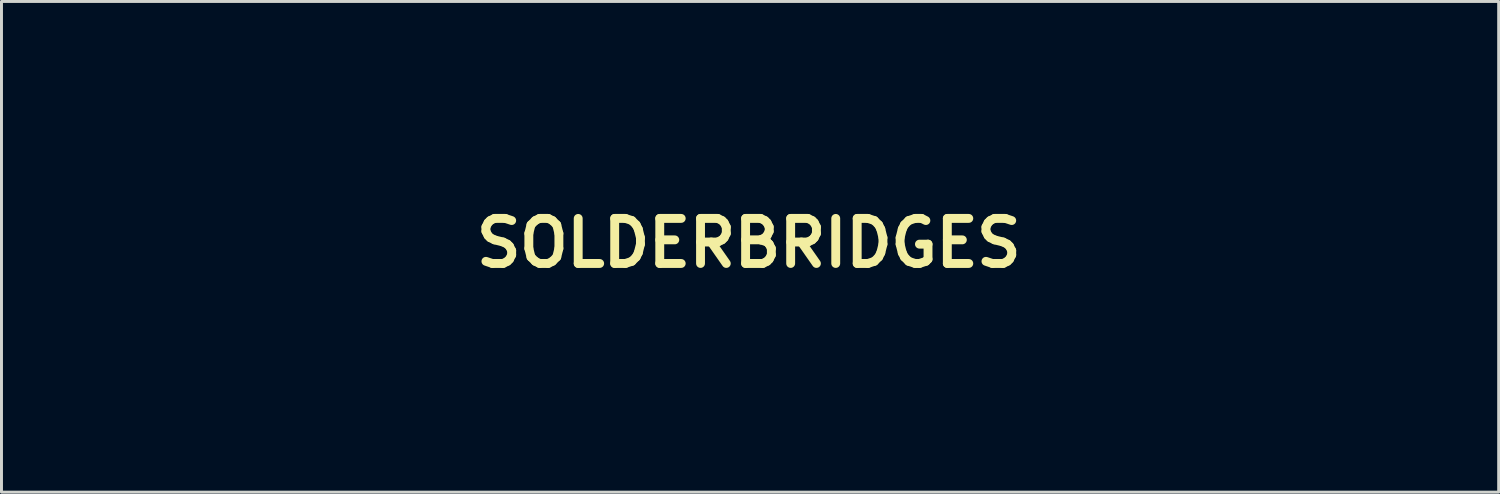
<source format=kicad_pcb>
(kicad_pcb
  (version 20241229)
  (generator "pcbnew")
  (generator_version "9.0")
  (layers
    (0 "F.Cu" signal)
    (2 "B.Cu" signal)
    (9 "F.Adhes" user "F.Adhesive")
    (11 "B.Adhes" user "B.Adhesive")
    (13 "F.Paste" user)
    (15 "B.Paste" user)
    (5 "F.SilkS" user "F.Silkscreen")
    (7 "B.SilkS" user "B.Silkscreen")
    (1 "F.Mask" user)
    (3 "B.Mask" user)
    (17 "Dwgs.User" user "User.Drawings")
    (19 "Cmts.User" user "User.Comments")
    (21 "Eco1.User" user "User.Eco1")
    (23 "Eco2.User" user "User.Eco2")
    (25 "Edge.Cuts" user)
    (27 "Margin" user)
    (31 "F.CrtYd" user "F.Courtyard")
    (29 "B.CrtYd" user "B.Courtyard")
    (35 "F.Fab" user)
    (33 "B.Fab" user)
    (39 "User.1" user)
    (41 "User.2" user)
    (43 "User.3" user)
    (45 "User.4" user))
  (footprint "SOLDERBRIDGES"
    (layer "F.Cu")
    (at 22.272 5.17)
    (property "Reference" "SOLDERBRIDGES" (at 0 0 0) (layer "F.SilkS") (effects (font (size 1.524 1.524) (thickness 0.3))))
    (attr through_hole)
    (fp_poly (pts (xy -21.759 0.889) (xy -21.802 0.931) (xy -21.844 0.889) (xy -21.802 0.847) (xy -21.759 0.889)) (stroke (width 0.01) (type solid)) (fill no) (layer "Eco2.User"))
    (fp_poly (pts (xy -21.59 0.889) (xy -21.632 0.931) (xy -21.675 0.889) (xy -21.632 0.847) (xy -21.59 0.889)) (stroke (width 0.01) (type solid)) (fill no) (layer "Eco2.User"))
    (fp_poly (pts (xy -20.997 0.889) (xy -21.04 0.931) (xy -21.082 0.889) (xy -21.04 0.847) (xy -20.997 0.889)) (stroke (width 0.01) (type solid)) (fill no) (layer "Eco2.User"))
    (fp_poly (pts (xy -20.828 0.889) (xy -20.87 0.931) (xy -20.913 0.889) (xy -20.87 0.847) (xy -20.828 0.889)) (stroke (width 0.01) (type solid)) (fill no) (layer "Eco2.User"))
    (fp_poly (pts (xy -20.235 0.889) (xy -20.278 0.931) (xy -20.32 0.889) (xy -20.278 0.847) (xy -20.235 0.889)) (stroke (width 0.01) (type solid)) (fill no) (layer "Eco2.User"))
    (fp_poly (pts (xy -20.066 0.889) (xy -20.108 0.931) (xy -20.151 0.889) (xy -20.108 0.847) (xy -20.066 0.889)) (stroke (width 0.01) (type solid)) (fill no) (layer "Eco2.User"))
    (fp_poly (pts (xy -19.897 0.889) (xy -19.939 0.931) (xy -19.981 0.889) (xy -19.939 0.847) (xy -19.897 0.889)) (stroke (width 0.01) (type solid)) (fill no) (layer "Eco2.User"))
    (fp_poly (pts (xy -19.473 0.889) (xy -19.516 0.931) (xy -19.558 0.889) (xy -19.516 0.847) (xy -19.473 0.889)) (stroke (width 0.01) (type solid)) (fill no) (layer "Eco2.User"))
    (fp_poly (pts (xy -19.304 0.889) (xy -19.346 0.931) (xy -19.389 0.889) (xy -19.346 0.847) (xy -19.304 0.889)) (stroke (width 0.01) (type solid)) (fill no) (layer "Eco2.User"))
    (fp_poly (pts (xy -19.135 0.889) (xy -19.177 0.931) (xy -19.219 0.889) (xy -19.177 0.847) (xy -19.135 0.889)) (stroke (width 0.01) (type solid)) (fill no) (layer "Eco2.User"))
    (fp_poly (pts (xy -18.711 0.889) (xy -18.754 0.931) (xy -18.796 0.889) (xy -18.754 0.847) (xy -18.711 0.889)) (stroke (width 0.01) (type solid)) (fill no) (layer "Eco2.User"))
    (fp_poly (pts (xy -18.542 0.889) (xy -18.584 0.931) (xy -18.627 0.889) (xy -18.584 0.847) (xy -18.542 0.889)) (stroke (width 0.01) (type solid)) (fill no) (layer "Eco2.User"))
    (fp_poly (pts (xy -18.373 0.889) (xy -18.415 0.931) (xy -18.457 0.889) (xy -18.415 0.847) (xy -18.373 0.889)) (stroke (width 0.01) (type solid)) (fill no) (layer "Eco2.User"))
    (fp_poly (pts (xy -17.78 0.889) (xy -17.822 0.931) (xy -17.865 0.889) (xy -17.822 0.847) (xy -17.78 0.889)) (stroke (width 0.01) (type solid)) (fill no) (layer "Eco2.User"))
    (fp_poly (pts (xy -17.611 0.889) (xy -17.653 0.931) (xy -17.695 0.889) (xy -17.653 0.847) (xy -17.611 0.889)) (stroke (width 0.01) (type solid)) (fill no) (layer "Eco2.User"))
    (fp_poly (pts (xy -17.018 0.889) (xy -17.06 0.931) (xy -17.103 0.889) (xy -17.06 0.847) (xy -17.018 0.889)) (stroke (width 0.01) (type solid)) (fill no) (layer "Eco2.User"))
    (fp_poly (pts (xy -16.849 0.889) (xy -16.891 0.931) (xy -16.933 0.889) (xy -16.891 0.847) (xy -16.849 0.889)) (stroke (width 0.01) (type solid)) (fill no) (layer "Eco2.User"))
    (fp_poly (pts (xy -16.256 0.889) (xy -16.298 0.931) (xy -16.341 0.889) (xy -16.298 0.847) (xy -16.256 0.889)) (stroke (width 0.01) (type solid)) (fill no) (layer "Eco2.User"))
    (fp_poly (pts (xy -16.087 0.889) (xy -16.129 0.931) (xy -16.171 0.889) (xy -16.129 0.847) (xy -16.087 0.889)) (stroke (width 0.01) (type solid)) (fill no) (layer "Eco2.User"))
    (fp_poly (pts (xy -15.494 0.889) (xy -15.536 0.931) (xy -15.579 0.889) (xy -15.536 0.847) (xy -15.494 0.889)) (stroke (width 0.01) (type solid)) (fill no) (layer "Eco2.User"))
    (fp_poly (pts (xy -15.325 0.889) (xy -15.367 0.931) (xy -15.409 0.889) (xy -15.367 0.847) (xy -15.325 0.889)) (stroke (width 0.01) (type solid)) (fill no) (layer "Eco2.User"))
    (fp_poly (pts (xy -15.155 0.889) (xy -15.198 0.931) (xy -15.24 0.889) (xy -15.198 0.847) (xy -15.155 0.889)) (stroke (width 0.01) (type solid)) (fill no) (layer "Eco2.User"))
    (fp_poly (pts (xy -14.732 0.889) (xy -14.774 0.931) (xy -14.817 0.889) (xy -14.774 0.847) (xy -14.732 0.889)) (stroke (width 0.01) (type solid)) (fill no) (layer "Eco2.User"))
    (fp_poly (pts (xy -14.563 0.889) (xy -14.605 0.931) (xy -14.647 0.889) (xy -14.605 0.847) (xy -14.563 0.889)) (stroke (width 0.01) (type solid)) (fill no) (layer "Eco2.User"))
    (fp_poly (pts (xy -14.393 0.889) (xy -14.436 0.931) (xy -14.478 0.889) (xy -14.436 0.847) (xy -14.393 0.889)) (stroke (width 0.01) (type solid)) (fill no) (layer "Eco2.User"))
    (fp_poly (pts (xy -13.97 0.889) (xy -14.012 0.931) (xy -14.055 0.889) (xy -14.012 0.847) (xy -13.97 0.889)) (stroke (width 0.01) (type solid)) (fill no) (layer "Eco2.User"))
    (fp_poly (pts (xy -13.801 0.889) (xy -13.843 0.931) (xy -13.885 0.889) (xy -13.843 0.847) (xy -13.801 0.889)) (stroke (width 0.01) (type solid)) (fill no) (layer "Eco2.User"))
    (fp_poly (pts (xy -13.631 0.889) (xy -13.674 0.931) (xy -13.716 0.889) (xy -13.674 0.847) (xy -13.631 0.889)) (stroke (width 0.01) (type solid)) (fill no) (layer "Eco2.User"))
    (fp_poly (pts (xy -13.039 0.889) (xy -13.081 0.931) (xy -13.123 0.889) (xy -13.081 0.847) (xy -13.039 0.889)) (stroke (width 0.01) (type solid)) (fill no) (layer "Eco2.User"))
    (fp_poly (pts (xy -12.869 0.889) (xy -12.912 0.931) (xy -12.954 0.889) (xy -12.912 0.847) (xy -12.869 0.889)) (stroke (width 0.01) (type solid)) (fill no) (layer "Eco2.User"))
    (fp_poly (pts (xy -12.277 0.889) (xy -12.319 0.931) (xy -12.361 0.889) (xy -12.319 0.847) (xy -12.277 0.889)) (stroke (width 0.01) (type solid)) (fill no) (layer "Eco2.User"))
    (fp_poly (pts (xy -12.107 0.889) (xy -12.15 0.931) (xy -12.192 0.889) (xy -12.15 0.847) (xy -12.107 0.889)) (stroke (width 0.01) (type solid)) (fill no) (layer "Eco2.User"))
    (fp_poly (pts (xy -11.345 0.889) (xy -11.388 0.931) (xy -11.43 0.889) (xy -11.388 0.847) (xy -11.345 0.889)) (stroke (width 0.01) (type solid)) (fill no) (layer "Eco2.User"))
    (fp_poly (pts (xy -11.176 -1.736) (xy -11.218 -1.693) (xy -11.261 -1.736) (xy -11.218 -1.778) (xy -11.176 -1.736)) (stroke (width 0.01) (type solid)) (fill no) (layer "Eco2.User"))
    (fp_poly (pts (xy -11.176 4.36) (xy -11.218 4.403) (xy -11.261 4.36) (xy -11.218 4.318) (xy -11.176 4.36)) (stroke (width 0.01) (type solid)) (fill no) (layer "Eco2.User"))
    (fp_poly (pts (xy -10.753 0.889) (xy -10.795 0.931) (xy -10.837 0.889) (xy -10.795 0.847) (xy -10.753 0.889)) (stroke (width 0.01) (type solid)) (fill no) (layer "Eco2.User"))
    (fp_poly (pts (xy -10.583 0.889) (xy -10.626 0.931) (xy -10.668 0.889) (xy -10.626 0.847) (xy -10.583 0.889)) (stroke (width 0.01) (type solid)) (fill no) (layer "Eco2.User"))
    (fp_poly (pts (xy -10.414 0.889) (xy -10.456 0.931) (xy -10.499 0.889) (xy -10.456 0.847) (xy -10.414 0.889)) (stroke (width 0.01) (type solid)) (fill no) (layer "Eco2.User"))
    (fp_poly (pts (xy -9.991 0.889) (xy -10.033 0.931) (xy -10.075 0.889) (xy -10.033 0.847) (xy -9.991 0.889)) (stroke (width 0.01) (type solid)) (fill no) (layer "Eco2.User"))
    (fp_poly (pts (xy -9.821 0.889) (xy -9.864 0.931) (xy -9.906 0.889) (xy -9.864 0.847) (xy -9.821 0.889)) (stroke (width 0.01) (type solid)) (fill no) (layer "Eco2.User"))
    (fp_poly (pts (xy -9.652 0.889) (xy -9.694 0.931) (xy -9.737 0.889) (xy -9.694 0.847) (xy -9.652 0.889)) (stroke (width 0.01) (type solid)) (fill no) (layer "Eco2.User"))
    (fp_poly (pts (xy -9.229 0.889) (xy -9.271 0.931) (xy -9.313 0.889) (xy -9.271 0.847) (xy -9.229 0.889)) (stroke (width 0.01) (type solid)) (fill no) (layer "Eco2.User"))
    (fp_poly (pts (xy -9.059 0.889) (xy -9.102 0.931) (xy -9.144 0.889) (xy -9.102 0.847) (xy -9.059 0.889)) (stroke (width 0.01) (type solid)) (fill no) (layer "Eco2.User"))
    (fp_poly (pts (xy -8.89 0.889) (xy -8.932 0.931) (xy -8.975 0.889) (xy -8.932 0.847) (xy -8.89 0.889)) (stroke (width 0.01) (type solid)) (fill no) (layer "Eco2.User"))
    (fp_poly (pts (xy -8.297 0.889) (xy -8.34 0.931) (xy -8.382 0.889) (xy -8.34 0.847) (xy -8.297 0.889)) (stroke (width 0.01) (type solid)) (fill no) (layer "Eco2.User"))
    (fp_poly (pts (xy -8.128 0.889) (xy -8.17 0.931) (xy -8.213 0.889) (xy -8.17 0.847) (xy -8.128 0.889)) (stroke (width 0.01) (type solid)) (fill no) (layer "Eco2.User"))
    (fp_poly (pts (xy -7.535 0.889) (xy -7.578 0.931) (xy -7.62 0.889) (xy -7.578 0.847) (xy -7.535 0.889)) (stroke (width 0.01) (type solid)) (fill no) (layer "Eco2.User"))
    (fp_poly (pts (xy -7.366 0.889) (xy -7.408 0.931) (xy -7.451 0.889) (xy -7.408 0.847) (xy -7.366 0.889)) (stroke (width 0.01) (type solid)) (fill no) (layer "Eco2.User"))
    (fp_poly (pts (xy -6.773 0.889) (xy -6.816 0.931) (xy -6.858 0.889) (xy -6.816 0.847) (xy -6.773 0.889)) (stroke (width 0.01) (type solid)) (fill no) (layer "Eco2.User"))
    (fp_poly (pts (xy -6.604 0.889) (xy -6.646 0.931) (xy -6.689 0.889) (xy -6.646 0.847) (xy -6.604 0.889)) (stroke (width 0.01) (type solid)) (fill no) (layer "Eco2.User"))
    (fp_poly (pts (xy -6.011 0.889) (xy -6.054 0.931) (xy -6.096 0.889) (xy -6.054 0.847) (xy -6.011 0.889)) (stroke (width 0.01) (type solid)) (fill no) (layer "Eco2.User"))
    (fp_poly (pts (xy -5.842 0.889) (xy -5.884 0.931) (xy -5.927 0.889) (xy -5.884 0.847) (xy -5.842 0.889)) (stroke (width 0.01) (type solid)) (fill no) (layer "Eco2.User"))
    (fp_poly (pts (xy -5.673 0.889) (xy -5.715 0.931) (xy -5.757 0.889) (xy -5.715 0.847) (xy -5.673 0.889)) (stroke (width 0.01) (type solid)) (fill no) (layer "Eco2.User"))
    (fp_poly (pts (xy -5.249 0.889) (xy -5.292 0.931) (xy -5.334 0.889) (xy -5.292 0.847) (xy -5.249 0.889)) (stroke (width 0.01) (type solid)) (fill no) (layer "Eco2.User"))
    (fp_poly (pts (xy -5.08 0.889) (xy -5.122 0.931) (xy -5.165 0.889) (xy -5.122 0.847) (xy -5.08 0.889)) (stroke (width 0.01) (type solid)) (fill no) (layer "Eco2.User"))
    (fp_poly (pts (xy -4.911 0.889) (xy -4.953 0.931) (xy -4.995 0.889) (xy -4.953 0.847) (xy -4.911 0.889)) (stroke (width 0.01) (type solid)) (fill no) (layer "Eco2.User"))
    (fp_poly (pts (xy -4.487 0.889) (xy -4.53 0.931) (xy -4.572 0.889) (xy -4.53 0.847) (xy -4.487 0.889)) (stroke (width 0.01) (type solid)) (fill no) (layer "Eco2.User"))
    (fp_poly (pts (xy -4.318 0.889) (xy -4.36 0.931) (xy -4.403 0.889) (xy -4.36 0.847) (xy -4.318 0.889)) (stroke (width 0.01) (type solid)) (fill no) (layer "Eco2.User"))
    (fp_poly (pts (xy -4.149 0.889) (xy -4.191 0.931) (xy -4.233 0.889) (xy -4.191 0.847) (xy -4.149 0.889)) (stroke (width 0.01) (type solid)) (fill no) (layer "Eco2.User"))
    (fp_poly (pts (xy -3.556 0.889) (xy -3.598 0.931) (xy -3.641 0.889) (xy -3.598 0.847) (xy -3.556 0.889)) (stroke (width 0.01) (type solid)) (fill no) (layer "Eco2.User"))
    (fp_poly (pts (xy -3.387 0.889) (xy -3.429 0.931) (xy -3.471 0.889) (xy -3.429 0.847) (xy -3.387 0.889)) (stroke (width 0.01) (type solid)) (fill no) (layer "Eco2.User"))
    (fp_poly (pts (xy -2.794 0.889) (xy -2.836 0.931) (xy -2.879 0.889) (xy -2.836 0.847) (xy -2.794 0.889)) (stroke (width 0.01) (type solid)) (fill no) (layer "Eco2.User"))
    (fp_poly (pts (xy -2.625 0.889) (xy -2.667 0.931) (xy -2.709 0.889) (xy -2.667 0.847) (xy -2.625 0.889)) (stroke (width 0.01) (type solid)) (fill no) (layer "Eco2.User"))
    (fp_poly (pts (xy -2.032 0.889) (xy -2.074 0.931) (xy -2.117 0.889) (xy -2.074 0.847) (xy -2.032 0.889)) (stroke (width 0.01) (type solid)) (fill no) (layer "Eco2.User"))
    (fp_poly (pts (xy -1.863 0.889) (xy -1.905 0.931) (xy -1.947 0.889) (xy -1.905 0.847) (xy -1.863 0.889)) (stroke (width 0.01) (type solid)) (fill no) (layer "Eco2.User"))
    (fp_poly (pts (xy -1.524 -4.106) (xy -1.566 -4.064) (xy -1.609 -4.106) (xy -1.566 -4.149) (xy -1.524 -4.106)) (stroke (width 0.01) (type solid)) (fill no) (layer "Eco2.User"))
    (fp_poly (pts (xy -1.27 0.889) (xy -1.312 0.931) (xy -1.355 0.889) (xy -1.312 0.847) (xy -1.27 0.889)) (stroke (width 0.01) (type solid)) (fill no) (layer "Eco2.User"))
    (fp_poly (pts (xy -1.101 0.889) (xy -1.143 0.931) (xy -1.185 0.889) (xy -1.143 0.847) (xy -1.101 0.889)) (stroke (width 0.01) (type solid)) (fill no) (layer "Eco2.User"))
    (fp_poly (pts (xy -21.872 1.891) (xy -21.884 1.941) (xy -21.929 1.947) (xy -21.998 1.916) (xy -21.985 1.891) (xy -21.885 1.881) (xy -21.872 1.891)) (stroke (width 0.01) (type solid)) (fill no) (layer "Eco2.User"))
    (fp_poly (pts (xy -9.934 1.891) (xy -9.946 1.941) (xy -9.991 1.947) (xy -10.06 1.916) (xy -10.047 1.891) (xy -9.947 1.881) (xy -9.934 1.891)) (stroke (width 0.01) (type solid)) (fill no) (layer "Eco2.User"))
    (fp_poly (pts (xy -9.596 4.346) (xy -9.607 4.397) (xy -9.652 4.403) (xy -9.722 4.372) (xy -9.708 4.346) (xy -9.608 4.336) (xy -9.596 4.346)) (stroke (width 0.01) (type solid)) (fill no) (layer "Eco2.User"))
    (fp_poly (pts (xy -7.818 -1.75) (xy -7.829 -1.699) (xy -7.874 -1.693) (xy -7.944 -1.724) (xy -7.93 -1.75) (xy -7.83 -1.76) (xy -7.818 -1.75)) (stroke (width 0.01) (type solid)) (fill no) (layer "Eco2.User"))
    (fp_poly (pts (xy -4.346 -4.12) (xy -4.358 -4.07) (xy -4.403 -4.064) (xy -4.472 -4.095) (xy -4.459 -4.12) (xy -4.359 -4.131) (xy -4.346 -4.12)) (stroke (width 0.01) (type solid)) (fill no) (layer "Eco2.User"))
    (fp_poly (pts (xy -1.552 -4.459) (xy -1.542 -4.359) (xy -1.552 -4.346) (xy -1.603 -4.358) (xy -1.609 -4.403) (xy -1.578 -4.472) (xy -1.552 -4.459)) (stroke (width 0.01) (type solid)) (fill no) (layer "Eco2.User"))
    (fp_poly (pts (xy -0.875 -4.459) (xy -0.865 -4.359) (xy -0.875 -4.346) (xy -0.925 -4.358) (xy -0.931 -4.403) (xy -0.9 -4.472) (xy -0.875 -4.459)) (stroke (width 0.01) (type solid)) (fill no) (layer "Eco2.User"))
    (fp_poly (pts (xy 4.036 -4.12) (xy 4.024 -4.07) (xy 3.979 -4.064) (xy 3.91 -4.095) (xy 3.923 -4.12) (xy 4.023 -4.131) (xy 4.036 -4.12)) (stroke (width 0.01) (type solid)) (fill no) (layer "Eco2.User"))
    (fp_poly (pts (xy 9.25 3.161) (xy 9.26 3.192) (xy 9.144 3.204) (xy 9.024 3.191) (xy 9.038 3.161) (xy 9.212 3.15) (xy 9.25 3.161)) (stroke (width 0.01) (type solid)) (fill no) (layer "Eco2.User"))
    (fp_poly (pts (xy -20.32 -2.701) (xy -20.391 -2.639) (xy -20.489 -2.625) (xy -20.627 -2.638) (xy -20.659 -2.657) (xy -20.589 -2.702) (xy -20.489 -2.734) (xy -20.354 -2.739) (xy -20.32 -2.701)) (stroke (width 0.01) (type solid)) (fill no) (layer "Eco2.User"))
    (fp_poly (pts (xy -11.176 1.82) (xy -11.095 1.896) (xy -11.091 1.91) (xy -11.157 1.946) (xy -11.176 1.947) (xy -11.257 1.882) (xy -11.261 1.858) (xy -11.209 1.807) (xy -11.176 1.82)) (stroke (width 0.01) (type solid)) (fill no) (layer "Eco2.User"))
    (fp_poly (pts (xy -10.916 -0.214) (xy -10.893 -0.191) (xy -10.932 -0.142) (xy -11.049 -0.127) (xy -11.184 -0.149) (xy -11.205 -0.191) (xy -11.096 -0.249) (xy -11.049 -0.254) (xy -10.916 -0.214)) (stroke (width 0.01) (type solid)) (fill no) (layer "Eco2.User"))
    (fp_poly (pts (xy -10.838 1.844) (xy -10.837 1.863) (xy -10.902 1.944) (xy -10.927 1.947) (xy -10.978 1.895) (xy -10.964 1.863) (xy -10.888 1.782) (xy -10.875 1.778) (xy -10.838 1.844)) (stroke (width 0.01) (type solid)) (fill no) (layer "Eco2.User"))
    (fp_poly (pts (xy -10.523 -0.062) (xy -10.509 0.188) (xy -10.524 0.361) (xy -10.544 0.395) (xy -10.556 0.284) (xy -10.559 0.127) (xy -10.553 -0.065) (xy -10.538 -0.121) (xy -10.523 -0.062)) (stroke (width 0.01) (type solid)) (fill no) (layer "Eco2.User"))
    (fp_poly (pts (xy -8.75 -1.726) (xy -8.763 -1.693) (xy -8.839 -1.613) (xy -8.853 -1.609) (xy -8.889 -1.674) (xy -8.89 -1.693) (xy -8.825 -1.775) (xy -8.8 -1.778) (xy -8.75 -1.726)) (stroke (width 0.01) (type solid)) (fill no) (layer "Eco2.User"))
    (fp_poly (pts (xy -8.47 -1.717) (xy -8.467 -1.693) (xy -8.496 -1.611) (xy -8.504 -1.609) (xy -8.576 -1.668) (xy -8.594 -1.693) (xy -8.587 -1.771) (xy -8.556 -1.778) (xy -8.47 -1.717)) (stroke (width 0.01) (type solid)) (fill no) (layer "Eco2.User"))
    (fp_poly (pts (xy -7.216 -3.273) (xy -7.167 -3.239) (xy -7.208 -3.191) (xy -7.332 -3.175) (xy -7.487 -3.198) (xy -7.535 -3.239) (xy -7.464 -3.291) (xy -7.371 -3.302) (xy -7.216 -3.273)) (stroke (width 0.01) (type solid)) (fill no) (layer "Eco2.User"))
    (fp_poly (pts (xy -7.192 -2.73) (xy -7.167 -2.688) (xy -7.275 -2.635) (xy -7.371 -2.625) (xy -7.506 -2.652) (xy -7.535 -2.688) (xy -7.463 -2.737) (xy -7.332 -2.752) (xy -7.192 -2.73)) (stroke (width 0.01) (type solid)) (fill no) (layer "Eco2.User"))
    (fp_poly (pts (xy -3.641 -4.191) (xy -3.56 -4.115) (xy -3.556 -4.101) (xy -3.622 -4.065) (xy -3.641 -4.064) (xy -3.722 -4.129) (xy -3.725 -4.154) (xy -3.673 -4.204) (xy -3.641 -4.191)) (stroke (width 0.01) (type solid)) (fill no) (layer "Eco2.User"))
    (fp_poly (pts (xy -3.303 -4.168) (xy -3.302 -4.149) (xy -3.367 -4.067) (xy -3.392 -4.064) (xy -3.442 -4.116) (xy -3.429 -4.149) (xy -3.353 -4.229) (xy -3.339 -4.233) (xy -3.303 -4.168)) (stroke (width 0.01) (type solid)) (fill no) (layer "Eco2.User"))
    (fp_poly (pts (xy -1.238 -4.73) (xy -1.185 -4.709) (xy -1.257 -4.671) (xy -1.397 -4.636) (xy -1.554 -4.63) (xy -1.609 -4.668) (xy -1.536 -4.723) (xy -1.397 -4.741) (xy -1.238 -4.73)) (stroke (width 0.01) (type solid)) (fill no) (layer "Eco2.User"))
    (fp_poly (pts (xy 0.822 2.942) (xy 0.836 3.189) (xy 0.822 3.323) (xy 0.801 3.363) (xy 0.788 3.257) (xy 0.785 3.133) (xy 0.792 2.95) (xy 0.809 2.899) (xy 0.822 2.942)) (stroke (width 0.01) (type solid)) (fill no) (layer "Eco2.User"))
    (fp_poly (pts (xy 1.499 -4.593) (xy 1.513 -4.346) (xy 1.499 -4.212) (xy 1.478 -4.172) (xy 1.465 -4.278) (xy 1.462 -4.403) (xy 1.469 -4.586) (xy 1.486 -4.636) (xy 1.499 -4.593)) (stroke (width 0.01) (type solid)) (fill no) (layer "Eco2.User"))
    (fp_poly (pts (xy 2.625 -4.191) (xy 2.705 -4.115) (xy 2.709 -4.101) (xy 2.644 -4.065) (xy 2.625 -4.064) (xy 2.543 -4.129) (xy 2.54 -4.154) (xy 2.592 -4.204) (xy 2.625 -4.191)) (stroke (width 0.01) (type solid)) (fill no) (layer "Eco2.User"))
    (fp_poly (pts (xy 2.957 -4.331) (xy 2.963 -4.233) (xy 2.931 -4.096) (xy 2.887 -4.064) (xy 2.843 -4.131) (xy 2.854 -4.233) (xy 2.903 -4.37) (xy 2.931 -4.403) (xy 2.957 -4.331)) (stroke (width 0.01) (type solid)) (fill no) (layer "Eco2.User"))
    (fp_poly (pts (xy 3.531 -2.307) (xy 3.545 -2.06) (xy 3.531 -1.926) (xy 3.51 -1.886) (xy 3.497 -1.992) (xy 3.494 -2.117) (xy 3.501 -2.3) (xy 3.518 -2.35) (xy 3.531 -2.307)) (stroke (width 0.01) (type solid)) (fill no) (layer "Eco2.User"))
    (fp_poly (pts (xy 3.532 1.462) (xy 3.546 1.712) (xy 3.531 1.885) (xy 3.511 1.919) (xy 3.498 1.808) (xy 3.496 1.651) (xy 3.502 1.459) (xy 3.517 1.403) (xy 3.532 1.462)) (stroke (width 0.01) (type solid)) (fill no) (layer "Eco2.User"))
    (fp_poly (pts (xy 3.863 3.062) (xy 3.895 3.08) (xy 3.825 3.125) (xy 3.725 3.157) (xy 3.59 3.162) (xy 3.556 3.125) (xy 3.627 3.062) (xy 3.725 3.048) (xy 3.863 3.062)) (stroke (width 0.01) (type solid)) (fill no) (layer "Eco2.User"))
    (fp_poly (pts (xy 3.917 2.823) (xy 3.92 2.851) (xy 3.788 2.862) (xy 3.768 2.862) (xy 3.636 2.85) (xy 3.649 2.824) (xy 3.663 2.82) (xy 3.848 2.808) (xy 3.917 2.823)) (stroke (width 0.01) (type solid)) (fill no) (layer "Eco2.User"))
    (fp_poly (pts (xy 3.917 3.416) (xy 3.92 3.444) (xy 3.788 3.455) (xy 3.768 3.455) (xy 3.636 3.443) (xy 3.649 3.417) (xy 3.663 3.413) (xy 3.848 3.4) (xy 3.917 3.416)) (stroke (width 0.01) (type solid)) (fill no) (layer "Eco2.User"))
    (fp_poly (pts (xy 3.979 1.584) (xy 4.116 1.633) (xy 4.149 1.661) (xy 4.077 1.687) (xy 3.979 1.693) (xy 3.842 1.661) (xy 3.81 1.617) (xy 3.877 1.573) (xy 3.979 1.584)) (stroke (width 0.01) (type solid)) (fill no) (layer "Eco2.User"))
    (fp_poly (pts (xy 4.117 -2.188) (xy 4.149 -2.169) (xy 4.079 -2.124) (xy 3.979 -2.092) (xy 3.844 -2.087) (xy 3.81 -2.125) (xy 3.881 -2.187) (xy 3.979 -2.201) (xy 4.117 -2.188)) (stroke (width 0.01) (type solid)) (fill no) (layer "Eco2.User"))
    (fp_poly (pts (xy 4.171 -2.426) (xy 4.174 -2.398) (xy 4.042 -2.387) (xy 4.022 -2.387) (xy 3.89 -2.399) (xy 3.903 -2.425) (xy 3.917 -2.429) (xy 4.102 -2.442) (xy 4.171 -2.426)) (stroke (width 0.01) (type solid)) (fill no) (layer "Eco2.User"))
    (fp_poly (pts (xy 4.181 1.281) (xy 4.233 1.302) (xy 4.161 1.341) (xy 4.022 1.375) (xy 3.864 1.381) (xy 3.81 1.343) (xy 3.883 1.288) (xy 4.022 1.27) (xy 4.181 1.281)) (stroke (width 0.01) (type solid)) (fill no) (layer "Eco2.User"))
    (fp_poly (pts (xy 4.97 2.942) (xy 4.984 3.189) (xy 4.97 3.323) (xy 4.949 3.363) (xy 4.936 3.257) (xy 4.934 3.133) (xy 4.94 2.95) (xy 4.957 2.899) (xy 4.97 2.942)) (stroke (width 0.01) (type solid)) (fill no) (layer "Eco2.User"))
    (fp_poly (pts (xy 6.373 3.416) (xy 6.376 3.444) (xy 6.243 3.455) (xy 6.223 3.455) (xy 6.092 3.443) (xy 6.104 3.417) (xy 6.119 3.413) (xy 6.303 3.4) (xy 6.373 3.416)) (stroke (width 0.01) (type solid)) (fill no) (layer "Eco2.User"))
    (fp_poly (pts (xy 7.109 -2.394) (xy 7.112 -2.371) (xy 7.083 -2.288) (xy 7.075 -2.286) (xy 7.002 -2.345) (xy 6.985 -2.371) (xy 6.992 -2.449) (xy 7.022 -2.455) (xy 7.109 -2.394)) (stroke (width 0.01) (type solid)) (fill no) (layer "Eco2.User"))
    (fp_poly (pts (xy 7.229 3.366) (xy 7.281 3.408) (xy 7.209 3.456) (xy 7.07 3.471) (xy 6.91 3.45) (xy 6.858 3.408) (xy 6.931 3.36) (xy 7.07 3.344) (xy 7.229 3.366)) (stroke (width 0.01) (type solid)) (fill no) (layer "Eco2.User"))
    (fp_poly (pts (xy 11.152 1.462) (xy 11.166 1.712) (xy 11.151 1.885) (xy 11.131 1.919) (xy 11.118 1.808) (xy 11.116 1.651) (xy 11.122 1.459) (xy 11.137 1.403) (xy 11.152 1.462)) (stroke (width 0.01) (type solid)) (fill no) (layer "Eco2.User"))
    (fp_poly (pts (xy 14.16 2.823) (xy 14.224 2.879) (xy 14.208 2.954) (xy 14.203 2.955) (xy 14.116 2.926) (xy 13.97 2.879) (xy 13.758 2.811) (xy 13.991 2.802) (xy 14.16 2.823)) (stroke (width 0.01) (type solid)) (fill no) (layer "Eco2.User"))
    (fp_poly (pts (xy 14.224 3.135) (xy 14.152 3.196) (xy 14.012 3.238) (xy 13.855 3.247) (xy 13.801 3.215) (xy 13.873 3.154) (xy 14.012 3.112) (xy 14.17 3.103) (xy 14.224 3.135)) (stroke (width 0.01) (type solid)) (fill no) (layer "Eco2.User"))
    (fp_poly (pts (xy 15.208 -2.188) (xy 15.24 -2.169) (xy 15.17 -2.124) (xy 15.071 -2.092) (xy 14.936 -2.087) (xy 14.901 -2.125) (xy 14.972 -2.187) (xy 15.071 -2.201) (xy 15.208 -2.188)) (stroke (width 0.01) (type solid)) (fill no) (layer "Eco2.User"))
    (fp_poly (pts (xy 15.263 -2.426) (xy 15.266 -2.398) (xy 15.133 -2.387) (xy 15.113 -2.387) (xy 14.982 -2.399) (xy 14.994 -2.425) (xy 15.009 -2.429) (xy 15.193 -2.442) (xy 15.263 -2.426)) (stroke (width 0.01) (type solid)) (fill no) (layer "Eco2.User"))
    (fp_poly (pts (xy 15.263 -1.834) (xy 15.266 -1.806) (xy 15.133 -1.794) (xy 15.113 -1.795) (xy 14.982 -1.807) (xy 14.994 -1.832) (xy 15.009 -1.837) (xy 15.193 -1.849) (xy 15.263 -1.834)) (stroke (width 0.01) (type solid)) (fill no) (layer "Eco2.User"))
    (fp_poly (pts (xy 15.663 1.584) (xy 15.8 1.633) (xy 15.833 1.661) (xy 15.761 1.687) (xy 15.663 1.693) (xy 15.526 1.661) (xy 15.494 1.617) (xy 15.561 1.573) (xy 15.663 1.584)) (stroke (width 0.01) (type solid)) (fill no) (layer "Eco2.User"))
    (fp_poly (pts (xy 15.706 1.927) (xy 15.864 1.968) (xy 15.917 2) (xy 15.845 2.024) (xy 15.706 2.032) (xy 15.546 2.007) (xy 15.494 1.959) (xy 15.564 1.918) (xy 15.706 1.927)) (stroke (width 0.01) (type solid)) (fill no) (layer "Eco2.User"))
    (fp_poly (pts (xy 15.865 1.281) (xy 15.917 1.302) (xy 15.845 1.341) (xy 15.706 1.375) (xy 15.548 1.381) (xy 15.494 1.343) (xy 15.567 1.288) (xy 15.706 1.27) (xy 15.865 1.281)) (stroke (width 0.01) (type solid)) (fill no) (layer "Eco2.User"))
    (fp_poly (pts (xy 7.141 1.358) (xy 7.194 1.428) (xy 7.124 1.399) (xy 6.985 1.399) (xy 6.934 1.45) (xy 6.872 1.51) (xy 6.859 1.465) (xy 6.919 1.33) (xy 7.052 1.303) (xy 7.141 1.358)) (stroke (width 0.01) (type solid)) (fill no) (layer "Eco2.User"))
    (fp_poly (pts (xy -8.075 -1.725) (xy -8.092 -1.684) (xy -8.084 -1.566) (xy -8.033 -1.516) (xy -7.97 -1.456) (xy -8.065 -1.441) (xy -8.189 -1.508) (xy -8.213 -1.609) (xy -8.175 -1.746) (xy -8.123 -1.778) (xy -8.075 -1.725)) (stroke (width 0.01) (type solid)) (fill no) (layer "Eco2.User"))
    (fp_poly (pts (xy -7.816 -1.317) (xy -7.816 -1.312) (xy -7.899 -1.169) (xy -8.044 -1.129) (xy -8.175 -1.124) (xy -8.142 -1.139) (xy -8.07 -1.156) (xy -7.903 -1.246) (xy -7.842 -1.339) (xy -7.813 -1.41) (xy -7.816 -1.317)) (stroke (width 0.01) (type solid)) (fill no) (layer "Eco2.User"))
    (fp_poly (pts (xy -21.618 -1.63) (xy -21.621 -1.482) (xy -21.648 -1.251) (xy -21.723 -1.142) (xy -21.802 -1.115) (xy -21.917 -1.103) (xy -21.884 -1.153) (xy -21.828 -1.199) (xy -21.711 -1.363) (xy -21.647 -1.566) (xy -21.625 -1.68) (xy -21.618 -1.63)) (stroke (width 0.01) (type solid)) (fill no) (layer "Eco2.User"))
    (fp_poly (pts (xy -21.618 4.466) (xy -21.621 4.614) (xy -21.648 4.845) (xy -21.723 4.954) (xy -21.802 4.981) (xy -21.917 4.993) (xy -21.884 4.943) (xy -21.828 4.897) (xy -21.711 4.733) (xy -21.647 4.53) (xy -21.625 4.416) (xy -21.618 4.466)) (stroke (width 0.01) (type solid)) (fill no) (layer "Eco2.User"))
    (fp_poly (pts (xy -10.901 1.343) (xy -10.895 1.348) (xy -10.848 1.415) (xy -10.939 1.394) (xy -10.952 1.39) (xy -11.122 1.391) (xy -11.183 1.448) (xy -11.245 1.516) (xy -11.259 1.458) (xy -11.194 1.335) (xy -11.048 1.289) (xy -10.901 1.343)) (stroke (width 0.01) (type solid)) (fill no) (layer "Eco2.User"))
    (fp_poly (pts (xy -8.81 -1.316) (xy -8.805 -1.274) (xy -8.74 -1.201) (xy -8.636 -1.21) (xy -8.521 -1.215) (xy -8.514 -1.177) (xy -8.64 -1.105) (xy -8.794 -1.136) (xy -8.851 -1.191) (xy -8.87 -1.309) (xy -8.856 -1.332) (xy -8.81 -1.316)) (stroke (width 0.01) (type solid)) (fill no) (layer "Eco2.User"))
    (fp_poly (pts (xy 2.9 -4.668) (xy 2.906 -4.663) (xy 2.952 -4.597) (xy 2.862 -4.617) (xy 2.849 -4.622) (xy 2.679 -4.621) (xy 2.617 -4.563) (xy 2.555 -4.495) (xy 2.541 -4.553) (xy 2.607 -4.676) (xy 2.753 -4.722) (xy 2.9 -4.668)) (stroke (width 0.01) (type solid)) (fill no) (layer "Eco2.User"))
    (fp_poly (pts (xy 14.201 1.582) (xy 14.236 1.812) (xy 14.309 1.924) (xy 14.454 1.971) (xy 14.461 1.972) (xy 14.598 1.996) (xy 14.58 2.009) (xy 14.415 2.019) (xy 14.139 2.032) (xy 14.154 1.63) (xy 14.169 1.228) (xy 14.201 1.582)) (stroke (width 0.01) (type solid)) (fill no) (layer "Eco2.User"))
    (fp_poly (pts (xy -21.622 -3.006) (xy -21.642 -2.785) (xy -21.705 -2.684) (xy -21.841 -2.653) (xy -21.844 -2.653) (xy -21.975 -2.648) (xy -21.942 -2.663) (xy -21.87 -2.68) (xy -21.732 -2.756) (xy -21.662 -2.938) (xy -21.648 -3.032) (xy -21.612 -3.344) (xy -21.622 -3.006)) (stroke (width 0.01) (type solid)) (fill no) (layer "Eco2.User"))
    (fp_poly (pts (xy -21.622 3.09) (xy -21.642 3.311) (xy -21.705 3.412) (xy -21.841 3.443) (xy -21.844 3.443) (xy -21.975 3.448) (xy -21.942 3.433) (xy -21.87 3.416) (xy -21.732 3.34) (xy -21.662 3.158) (xy -21.648 3.064) (xy -21.612 2.752) (xy -21.622 3.09)) (stroke (width 0.01) (type solid)) (fill no) (layer "Eco2.User"))
    (fp_poly (pts (xy -21.602 1.345) (xy -21.591 1.533) (xy -21.59 1.609) (xy -21.605 1.821) (xy -21.641 1.939) (xy -21.656 1.947) (xy -21.69 1.873) (xy -21.695 1.686) (xy -21.689 1.609) (xy -21.662 1.397) (xy -21.632 1.279) (xy -21.623 1.27) (xy -21.602 1.345)) (stroke (width 0.01) (type solid)) (fill no) (layer "Eco2.User"))
    (fp_poly (pts (xy -11.028 2.806) (xy -10.879 2.817) (xy -10.891 2.834) (xy -10.992 2.855) (xy -11.136 2.926) (xy -11.143 3.012) (xy -11.145 3.117) (xy -11.179 3.133) (xy -11.245 3.062) (xy -11.261 2.963) (xy -11.221 2.839) (xy -11.072 2.804) (xy -11.028 2.806)) (stroke (width 0.01) (type solid)) (fill no) (layer "Eco2.User"))
    (fp_poly (pts (xy -10.32 4.394) (xy -10.31 4.596) (xy -10.315 4.657) (xy -10.34 4.869) (xy -10.365 4.987) (xy -10.372 4.995) (xy -10.394 4.92) (xy -10.421 4.733) (xy -10.429 4.657) (xy -10.43 4.431) (xy -10.387 4.322) (xy -10.372 4.318) (xy -10.32 4.394)) (stroke (width 0.01) (type solid)) (fill no) (layer "Eco2.User"))
    (fp_poly (pts (xy -3.349 -4.624) (xy -3.337 -4.591) (xy -3.34 -4.542) (xy -3.358 -4.57) (xy -3.471 -4.651) (xy -3.514 -4.657) (xy -3.647 -4.601) (xy -3.67 -4.57) (xy -3.696 -4.551) (xy -3.691 -4.591) (xy -3.605 -4.68) (xy -3.461 -4.691) (xy -3.349 -4.624)) (stroke (width 0.01) (type solid)) (fill no) (layer "Eco2.User"))
    (fp_poly (pts (xy -2.986 -4.666) (xy -2.957 -4.479) (xy -2.949 -4.403) (xy -2.943 -4.191) (xy -2.968 -4.073) (xy -2.982 -4.064) (xy -3.023 -4.139) (xy -3.046 -4.327) (xy -3.048 -4.403) (xy -3.041 -4.615) (xy -3.022 -4.733) (xy -3.015 -4.741) (xy -2.986 -4.666)) (stroke (width 0.01) (type solid)) (fill no) (layer "Eco2.User"))
    (fp_poly (pts (xy 5.23 1.358) (xy 5.235 1.601) (xy 5.227 1.706) (xy 5.206 1.878) (xy 5.187 1.901) (xy 5.179 1.837) (xy 5.142 1.673) (xy 5.071 1.657) (xy 5.015 1.65) (xy 5.039 1.513) (xy 5.123 1.305) (xy 5.19 1.257) (xy 5.23 1.358)) (stroke (width 0.01) (type solid)) (fill no) (layer "Eco2.User"))
    (fp_poly (pts (xy 6.156 -2.38) (xy 6.179 -2.192) (xy 6.181 -2.117) (xy 6.173 -1.904) (xy 6.155 -1.787) (xy 6.147 -1.778) (xy 6.119 -1.853) (xy 6.09 -2.04) (xy 6.081 -2.117) (xy 6.076 -2.328) (xy 6.101 -2.446) (xy 6.115 -2.455) (xy 6.156 -2.38)) (stroke (width 0.01) (type solid)) (fill no) (layer "Eco2.User"))
    (fp_poly (pts (xy 10.137 3.064) (xy 10.179 3.279) (xy 10.274 3.379) (xy 10.398 3.411) (xy 10.534 3.435) (xy 10.516 3.449) (xy 10.351 3.459) (xy 10.178 3.458) (xy 10.101 3.402) (xy 10.085 3.248) (xy 10.09 3.111) (xy 10.104 2.752) (xy 10.137 3.064)) (stroke (width 0.01) (type solid)) (fill no) (layer "Eco2.User"))
    (fp_poly (pts (xy 10.814 3.064) (xy 10.864 3.289) (xy 10.969 3.394) (xy 11.033 3.412) (xy 11.137 3.439) (xy 11.085 3.454) (xy 10.986 3.46) (xy 10.84 3.455) (xy 10.776 3.389) (xy 10.763 3.219) (xy 10.767 3.111) (xy 10.781 2.752) (xy 10.814 3.064)) (stroke (width 0.01) (type solid)) (fill no) (layer "Eco2.User"))
    (fp_poly (pts (xy 11.832 -2.444) (xy 11.981 -2.433) (xy 11.969 -2.416) (xy 11.868 -2.395) (xy 11.724 -2.324) (xy 11.717 -2.237) (xy 11.715 -2.132) (xy 11.681 -2.117) (xy 11.615 -2.188) (xy 11.599 -2.286) (xy 11.639 -2.411) (xy 11.788 -2.445) (xy 11.832 -2.444)) (stroke (width 0.01) (type solid)) (fill no) (layer "Eco2.User"))
    (fp_poly (pts (xy 13.608 -2.185) (xy 13.651 -1.971) (xy 13.745 -1.87) (xy 13.869 -1.838) (xy 14.005 -1.814) (xy 13.987 -1.801) (xy 13.822 -1.791) (xy 13.65 -1.792) (xy 13.573 -1.847) (xy 13.557 -2.002) (xy 13.561 -2.138) (xy 13.575 -2.498) (xy 13.608 -2.185)) (stroke (width 0.01) (type solid)) (fill no) (layer "Eco2.User"))
    (fp_poly (pts (xy 14.285 -2.185) (xy 14.335 -1.96) (xy 14.44 -1.856) (xy 14.504 -1.837) (xy 14.608 -1.811) (xy 14.556 -1.796) (xy 14.457 -1.79) (xy 14.311 -1.795) (xy 14.247 -1.86) (xy 14.235 -2.031) (xy 14.238 -2.138) (xy 14.252 -2.498) (xy 14.285 -2.185)) (stroke (width 0.01) (type solid)) (fill no) (layer "Eco2.User"))
    (fp_poly (pts (xy 14.878 1.582) (xy 14.918 1.82) (xy 14.999 1.937) (xy 15.096 1.973) (xy 15.201 1.999) (xy 15.149 2.014) (xy 15.05 2.02) (xy 14.91 2.017) (xy 14.843 1.959) (xy 14.827 1.803) (xy 14.831 1.63) (xy 14.846 1.228) (xy 14.878 1.582)) (stroke (width 0.01) (type solid)) (fill no) (layer "Eco2.User"))
    (fp_poly (pts (xy -21.619 -0.121) (xy -21.621 0.063) (xy -21.622 0.084) (xy -21.643 0.329) (xy -21.702 0.452) (xy -21.802 0.494) (xy -21.917 0.506) (xy -21.884 0.456) (xy -21.828 0.41) (xy -21.719 0.251) (xy -21.65 0.019) (xy -21.648 0) (xy -21.627 -0.14) (xy -21.619 -0.121)) (stroke (width 0.01) (type solid)) (fill no) (layer "Eco2.User"))
    (fp_poly (pts (xy -20.357 -3.252) (xy -20.32 -3.09) (xy -20.332 -2.918) (xy -20.377 -2.889) (xy -20.427 -2.929) (xy -20.445 -3.041) (xy -20.426 -3.113) (xy -20.421 -3.207) (xy -20.517 -3.192) (xy -20.635 -3.184) (xy -20.659 -3.22) (xy -20.588 -3.287) (xy -20.489 -3.302) (xy -20.357 -3.252)) (stroke (width 0.01) (type solid)) (fill no) (layer "Eco2.User"))
    (fp_poly (pts (xy -10.853 3.204) (xy -10.837 3.302) (xy -10.87 3.42) (xy -10.999 3.46) (xy -11.113 3.459) (xy -11.289 3.449) (xy -11.303 3.436) (xy -11.162 3.412) (xy -11.148 3.41) (xy -10.975 3.352) (xy -10.955 3.253) (xy -10.954 3.148) (xy -10.919 3.133) (xy -10.853 3.204)) (stroke (width 0.01) (type solid)) (fill no) (layer "Eco2.User"))
    (fp_poly (pts (xy -10.259 1.297) (xy -10.238 1.32) (xy -10.261 1.327) (xy -10.38 1.444) (xy -10.437 1.677) (xy -10.47 1.99) (xy -10.484 1.679) (xy -10.52 1.465) (xy -10.589 1.335) (xy -10.604 1.326) (xy -10.603 1.299) (xy -10.467 1.287) (xy -10.414 1.287) (xy -10.259 1.297)) (stroke (width 0.01) (type solid)) (fill no) (layer "Eco2.User"))
    (fp_poly (pts (xy -9.881 -0.151) (xy -9.836 -0.085) (xy -9.821 -0.003) (xy -9.89 -0.038) (xy -9.941 -0.079) (xy -10.066 -0.157) (xy -10.149 -0.111) (xy -10.173 -0.079) (xy -10.235 -0.002) (xy -10.227 -0.071) (xy -10.223 -0.085) (xy -10.121 -0.192) (xy -10.033 -0.212) (xy -9.881 -0.151)) (stroke (width 0.01) (type solid)) (fill no) (layer "Eco2.User"))
    (fp_poly (pts (xy -9.823 0.296) (xy -9.836 0.339) (xy -9.942 0.461) (xy -10.098 0.495) (xy -10.185 0.454) (xy -10.243 0.321) (xy -10.243 0.303) (xy -10.208 0.281) (xy -10.165 0.333) (xy -10.087 0.411) (xy -9.982 0.366) (xy -9.941 0.333) (xy -9.835 0.256) (xy -9.823 0.296)) (stroke (width 0.01) (type solid)) (fill no) (layer "Eco2.User"))
    (fp_poly (pts (xy 3.287 3.204) (xy 3.302 3.302) (xy 3.269 3.42) (xy 3.14 3.46) (xy 3.027 3.459) (xy 2.85 3.449) (xy 2.836 3.436) (xy 2.977 3.412) (xy 2.991 3.41) (xy 3.164 3.352) (xy 3.184 3.253) (xy 3.186 3.148) (xy 3.22 3.133) (xy 3.287 3.204)) (stroke (width 0.01) (type solid)) (fill no) (layer "Eco2.User"))
    (fp_poly (pts (xy 8.028 3.204) (xy 8.043 3.302) (xy 8.01 3.42) (xy 7.881 3.46) (xy 7.768 3.459) (xy 7.591 3.449) (xy 7.577 3.436) (xy 7.719 3.412) (xy 7.732 3.41) (xy 7.905 3.352) (xy 7.926 3.253) (xy 7.927 3.148) (xy 7.961 3.133) (xy 8.028 3.204)) (stroke (width 0.01) (type solid)) (fill no) (layer "Eco2.User"))
    (fp_poly (pts (xy 10.015 1.373) (xy 10.061 1.439) (xy 10.076 1.521) (xy 10.007 1.486) (xy 9.956 1.445) (xy 9.831 1.367) (xy 9.747 1.413) (xy 9.724 1.445) (xy 9.662 1.522) (xy 9.67 1.453) (xy 9.674 1.439) (xy 9.776 1.332) (xy 9.864 1.312) (xy 10.015 1.373)) (stroke (width 0.01) (type solid)) (fill no) (layer "Eco2.User"))
    (fp_poly (pts (xy 10.061 -2.428) (xy 10.082 -2.406) (xy 10.059 -2.398) (xy 9.94 -2.281) (xy 9.883 -2.048) (xy 9.85 -1.736) (xy 9.836 -2.046) (xy 9.8 -2.261) (xy 9.731 -2.39) (xy 9.716 -2.399) (xy 9.717 -2.426) (xy 9.853 -2.439) (xy 9.906 -2.439) (xy 10.061 -2.428)) (stroke (width 0.01) (type solid)) (fill no) (layer "Eco2.User"))
    (fp_poly (pts (xy 10.074 1.82) (xy 10.061 1.863) (xy 9.955 1.985) (xy 9.799 2.019) (xy 9.711 1.978) (xy 9.654 1.845) (xy 9.653 1.827) (xy 9.688 1.805) (xy 9.732 1.857) (xy 9.81 1.935) (xy 9.915 1.89) (xy 9.956 1.857) (xy 10.062 1.78) (xy 10.074 1.82)) (stroke (width 0.01) (type solid)) (fill no) (layer "Eco2.User"))
    (fp_poly (pts (xy 12.007 -2.046) (xy 12.023 -1.947) (xy 11.99 -1.83) (xy 11.861 -1.79) (xy 11.748 -1.791) (xy 11.571 -1.801) (xy 11.557 -1.813) (xy 11.698 -1.837) (xy 11.712 -1.839) (xy 11.885 -1.898) (xy 11.905 -1.996) (xy 11.906 -2.101) (xy 11.941 -2.117) (xy 12.007 -2.046)) (stroke (width 0.01) (type solid)) (fill no) (layer "Eco2.User"))
    (fp_poly (pts (xy 12.601 -2.428) (xy 12.622 -2.406) (xy 12.599 -2.398) (xy 12.48 -2.281) (xy 12.423 -2.048) (xy 12.39 -1.736) (xy 12.376 -2.046) (xy 12.34 -2.261) (xy 12.271 -2.39) (xy 12.255 -2.399) (xy 12.257 -2.426) (xy 12.393 -2.439) (xy 12.446 -2.439) (xy 12.601 -2.428)) (stroke (width 0.01) (type solid)) (fill no) (layer "Eco2.User"))
    (fp_poly (pts (xy 14.803 2.821) (xy 14.823 2.844) (xy 14.8 2.851) (xy 14.681 2.968) (xy 14.624 3.201) (xy 14.591 3.514) (xy 14.577 3.203) (xy 14.541 2.989) (xy 14.472 2.859) (xy 14.457 2.85) (xy 14.458 2.823) (xy 14.594 2.811) (xy 14.647 2.811) (xy 14.803 2.821)) (stroke (width 0.01) (type solid)) (fill no) (layer "Eco2.User"))
    (fp_poly (pts (xy 7.195 1.571) (xy 7.142 1.702) (xy 7.092 1.765) (xy 7.034 1.87) (xy 7.113 1.95) (xy 7.178 2.01) (xy 7.091 2.03) (xy 7.048 2.031) (xy 6.901 2.008) (xy 6.86 1.968) (xy 6.902 1.867) (xy 6.997 1.732) (xy 7.103 1.612) (xy 7.18 1.555) (xy 7.195 1.571)) (stroke (width 0.01) (type solid)) (fill no) (layer "Eco2.User"))
    (fp_poly (pts (xy 9.819 2.814) (xy 9.862 2.848) (xy 9.849 2.86) (xy 9.773 2.98) (xy 9.718 3.19) (xy 9.715 3.218) (xy 9.679 3.514) (xy 9.666 3.202) (xy 9.622 2.961) (xy 9.512 2.855) (xy 9.504 2.852) (xy 9.477 2.826) (xy 9.595 2.808) (xy 9.652 2.805) (xy 9.819 2.814)) (stroke (width 0.01) (type solid)) (fill no) (layer "Eco2.User"))
    (fp_poly (pts (xy -11.074 0.074) (xy -10.915 0.189) (xy -10.881 0.332) (xy -10.969 0.447) (xy -11.091 0.48) (xy -11.227 0.486) (xy -11.198 0.472) (xy -11.113 0.452) (xy -10.974 0.377) (xy -10.923 0.268) (xy -10.973 0.183) (xy -11.044 0.169) (xy -11.188 0.118) (xy -11.218 0.086) (xy -11.199 0.043) (xy -11.074 0.074)) (stroke (width 0.01) (type solid)) (fill no) (layer "Eco2.User"))
    (fp_poly (pts (xy 3.144 2.818) (xy 3.27 2.845) (xy 3.239 2.859) (xy 3.111 2.867) (xy 2.933 2.909) (xy 2.88 2.988) (xy 2.973 3.072) (xy 2.985 3.077) (xy 3.041 3.116) (xy 2.989 3.126) (xy 2.856 3.07) (xy 2.832 3.041) (xy 2.823 2.913) (xy 2.939 2.827) (xy 3.133 2.816) (xy 3.144 2.818)) (stroke (width 0.01) (type solid)) (fill no) (layer "Eco2.User"))
    (fp_poly (pts (xy 7.885 2.818) (xy 8.011 2.845) (xy 7.98 2.859) (xy 7.853 2.867) (xy 7.674 2.909) (xy 7.621 2.988) (xy 7.714 3.072) (xy 7.726 3.077) (xy 7.782 3.116) (xy 7.731 3.126) (xy 7.597 3.07) (xy 7.573 3.041) (xy 7.565 2.913) (xy 7.68 2.827) (xy 7.875 2.816) (xy 7.885 2.818)) (stroke (width 0.01) (type solid)) (fill no) (layer "Eco2.User"))
    (fp_poly (pts (xy 8.977 1.439) (xy 9.123 1.623) (xy 9.229 1.753) (xy 9.305 1.912) (xy 9.312 1.965) (xy 9.273 1.971) (xy 9.175 1.858) (xy 9.121 1.778) (xy 8.932 1.482) (xy 8.88 1.778) (xy 8.849 1.934) (xy 8.832 1.95) (xy 8.823 1.815) (xy 8.819 1.651) (xy 8.811 1.228) (xy 8.977 1.439)) (stroke (width 0.01) (type solid)) (fill no) (layer "Eco2.User"))
    (fp_poly (pts (xy 17.952 1.439) (xy 18.098 1.623) (xy 18.203 1.753) (xy 18.28 1.912) (xy 18.287 1.965) (xy 18.247 1.971) (xy 18.15 1.858) (xy 18.096 1.778) (xy 17.907 1.482) (xy 17.855 1.778) (xy 17.824 1.934) (xy 17.807 1.95) (xy 17.798 1.815) (xy 17.794 1.651) (xy 17.786 1.228) (xy 17.952 1.439)) (stroke (width 0.01) (type solid)) (fill no) (layer "Eco2.User"))
    (fp_poly (pts (xy 3.493 -4.729) (xy 3.661 -4.718) (xy 3.669 -4.704) (xy 3.542 -4.681) (xy 3.391 -4.637) (xy 3.336 -4.53) (xy 3.34 -4.355) (xy 3.337 -4.162) (xy 3.299 -4.066) (xy 3.29 -4.064) (xy 3.245 -4.139) (xy 3.219 -4.327) (xy 3.217 -4.403) (xy 3.226 -4.619) (xy 3.279 -4.713) (xy 3.416 -4.731) (xy 3.493 -4.729)) (stroke (width 0.01) (type solid)) (fill no) (layer "Eco2.User"))
    (fp_poly (pts (xy 10.676 1.28) (xy 10.713 1.314) (xy 10.647 1.376) (xy 10.543 1.529) (xy 10.477 1.758) (xy 10.475 1.778) (xy 10.453 1.952) (xy 10.441 1.975) (xy 10.432 1.84) (xy 10.428 1.722) (xy 10.396 1.492) (xy 10.333 1.346) (xy 10.308 1.326) (xy 10.309 1.297) (xy 10.445 1.278) (xy 10.494 1.277) (xy 10.676 1.28)) (stroke (width 0.01) (type solid)) (fill no) (layer "Eco2.User"))
    (fp_poly (pts (xy 11.334 -2.138) (xy 11.325 -1.884) (xy 11.273 -1.794) (xy 11.174 -1.866) (xy 11.047 -2.053) (xy 10.881 -2.328) (xy 10.828 -2.032) (xy 10.775 -1.736) (xy 10.764 -2.095) (xy 10.778 -2.35) (xy 10.84 -2.441) (xy 10.945 -2.37) (xy 11.065 -2.18) (xy 11.213 -1.905) (xy 11.268 -2.201) (xy 11.323 -2.498) (xy 11.334 -2.138)) (stroke (width 0.01) (type solid)) (fill no) (layer "Eco2.User"))
    (fp_poly (pts (xy 13.216 1.28) (xy 13.253 1.314) (xy 13.187 1.376) (xy 13.083 1.529) (xy 13.017 1.758) (xy 13.015 1.778) (xy 12.993 1.952) (xy 12.981 1.975) (xy 12.972 1.84) (xy 12.968 1.722) (xy 12.936 1.492) (xy 12.873 1.346) (xy 12.848 1.326) (xy 12.849 1.297) (xy 12.985 1.278) (xy 13.034 1.277) (xy 13.216 1.28)) (stroke (width 0.01) (type solid)) (fill no) (layer "Eco2.User"))
    (fp_poly (pts (xy -20.411 -1.739) (xy -20.451 -1.588) (xy -20.487 -1.487) (xy -20.524 -1.315) (xy -20.466 -1.277) (xy -20.337 -1.372) (xy -20.259 -1.415) (xy -20.236 -1.312) (xy -20.235 -1.287) (xy -20.248 -1.155) (xy -20.321 -1.12) (xy -20.505 -1.158) (xy -20.511 -1.159) (xy -20.633 -1.238) (xy -20.633 -1.392) (xy -20.532 -1.609) (xy -20.439 -1.749) (xy -20.411 -1.739)) (stroke (width 0.01) (type solid)) (fill no) (layer "Eco2.User"))
    (fp_poly (pts (xy -20.367 2.816) (xy -20.339 2.912) (xy -20.365 3.069) (xy -20.426 3.283) (xy -20.494 3.421) (xy -20.497 3.423) (xy -20.525 3.406) (xy -20.502 3.266) (xy -20.488 3.212) (xy -20.426 2.99) (xy -20.416 2.894) (xy -20.461 2.884) (xy -20.532 2.909) (xy -20.641 2.911) (xy -20.659 2.876) (xy -20.587 2.81) (xy -20.483 2.794) (xy -20.367 2.816)) (stroke (width 0.01) (type solid)) (fill no) (layer "Eco2.User"))
    (fp_poly (pts (xy 4.707 1.343) (xy 4.804 1.506) (xy 4.896 1.702) (xy 4.953 1.866) (xy 4.954 1.933) (xy 4.898 1.891) (xy 4.814 1.742) (xy 4.808 1.729) (xy 4.699 1.488) (xy 4.647 1.781) (xy 4.615 1.942) (xy 4.598 1.962) (xy 4.588 1.831) (xy 4.583 1.672) (xy 4.589 1.438) (xy 4.615 1.295) (xy 4.636 1.273) (xy 4.707 1.343)) (stroke (width 0.01) (type solid)) (fill no) (layer "Eco2.User"))
    (fp_poly (pts (xy -10.878 -1.703) (xy -10.859 -1.516) (xy -10.86 -1.439) (xy -10.874 -1.2) (xy -10.895 -1.116) (xy -10.932 -1.176) (xy -10.966 -1.276) (xy -11.058 -1.402) (xy -11.141 -1.406) (xy -11.245 -1.424) (xy -11.261 -1.476) (xy -11.198 -1.556) (xy -11.077 -1.545) (xy -10.946 -1.532) (xy -10.939 -1.614) (xy -10.947 -1.637) (xy -10.958 -1.755) (xy -10.924 -1.778) (xy -10.878 -1.703)) (stroke (width 0.01) (type solid)) (fill no) (layer "Eco2.User"))
    (fp_poly (pts (xy -10.878 4.393) (xy -10.859 4.58) (xy -10.86 4.657) (xy -10.874 4.896) (xy -10.895 4.98) (xy -10.932 4.92) (xy -10.966 4.82) (xy -11.058 4.694) (xy -11.141 4.69) (xy -11.245 4.672) (xy -11.261 4.62) (xy -11.198 4.54) (xy -11.077 4.551) (xy -10.946 4.564) (xy -10.939 4.482) (xy -10.947 4.459) (xy -10.958 4.341) (xy -10.924 4.318) (xy -10.878 4.393)) (stroke (width 0.01) (type solid)) (fill no) (layer "Eco2.User"))
    (fp_poly (pts (xy -0.592 -4.724) (xy -0.536 -4.639) (xy -0.529 -4.439) (xy -0.53 -4.403) (xy -0.54 -4.191) (xy -0.547 -4.073) (xy -0.548 -4.064) (xy -0.589 -4.125) (xy -0.655 -4.229) (xy -0.71 -4.387) (xy -0.676 -4.446) (xy -0.592 -4.553) (xy -0.644 -4.632) (xy -0.762 -4.632) (xy -0.897 -4.627) (xy -0.931 -4.665) (xy -0.859 -4.723) (xy -0.724 -4.741) (xy -0.592 -4.724)) (stroke (width 0.01) (type solid)) (fill no) (layer "Eco2.User"))
    (fp_poly (pts (xy -0.184 3.111) (xy -0.184 3.338) (xy -0.227 3.443) (xy -0.334 3.471) (xy -0.367 3.471) (xy -0.545 3.449) (xy -0.621 3.415) (xy -0.656 3.3) (xy -0.667 3.091) (xy -0.666 3.055) (xy -0.655 2.752) (xy -0.603 3.047) (xy -0.522 3.287) (xy -0.414 3.381) (xy -0.308 3.326) (xy -0.237 3.121) (xy -0.231 3.074) (xy -0.198 2.752) (xy -0.184 3.111)) (stroke (width 0.01) (type solid)) (fill no) (layer "Eco2.User"))
    (fp_poly (pts (xy -21.103 1.286) (xy -20.919 1.349) (xy -20.87 1.475) (xy -20.928 1.626) (xy -20.997 1.672) (xy -21.078 1.684) (xy -21.009 1.626) (xy -21.008 1.625) (xy -20.94 1.506) (xy -20.999 1.393) (xy -21.124 1.355) (xy -21.216 1.434) (xy -21.272 1.652) (xy -21.274 1.672) (xy -21.308 1.99) (xy -21.322 1.624) (xy -21.323 1.397) (xy -21.286 1.296) (xy -21.183 1.278) (xy -21.103 1.286)) (stroke (width 0.01) (type solid)) (fill no) (layer "Eco2.User"))
    (fp_poly (pts (xy -9.691 1.305) (xy -9.8 1.353) (xy -9.96 1.442) (xy -9.957 1.519) (xy -9.79 1.605) (xy -9.779 1.609) (xy -9.64 1.704) (xy -9.567 1.827) (xy -9.582 1.924) (xy -9.649 1.947) (xy -9.698 1.886) (xy -9.687 1.831) (xy -9.721 1.722) (xy -9.864 1.658) (xy -10.029 1.564) (xy -10.056 1.435) (xy -9.951 1.326) (xy -9.82 1.292) (xy -9.674 1.281) (xy -9.691 1.305)) (stroke (width 0.01) (type solid)) (fill no) (layer "Eco2.User"))
    (fp_poly (pts (xy -8.505 -3.189) (xy -8.548 -3.008) (xy -8.615 -2.81) (xy -8.683 -2.662) (xy -8.721 -2.625) (xy -8.779 -2.697) (xy -8.853 -2.877) (xy -8.873 -2.938) (xy -8.926 -3.146) (xy -8.939 -3.274) (xy -8.934 -3.287) (xy -8.891 -3.243) (xy -8.843 -3.1) (xy -8.768 -2.917) (xy -8.687 -2.902) (xy -8.611 -3.056) (xy -8.599 -3.1) (xy -8.547 -3.25) (xy -8.508 -3.287) (xy -8.505 -3.189)) (stroke (width 0.01) (type solid)) (fill no) (layer "Eco2.User"))
    (fp_poly (pts (xy -7.862 -3.239) (xy -7.863 -3.181) (xy -7.977 -3.168) (xy -8.125 -3.136) (xy -8.17 -2.994) (xy -8.17 -2.963) (xy -8.135 -2.802) (xy -8.004 -2.758) (xy -7.984 -2.758) (xy -7.856 -2.737) (xy -7.841 -2.694) (xy -7.964 -2.629) (xy -8.134 -2.644) (xy -8.257 -2.73) (xy -8.264 -2.746) (xy -8.294 -2.967) (xy -8.233 -3.159) (xy -8.112 -3.283) (xy -7.961 -3.302) (xy -7.862 -3.239)) (stroke (width 0.01) (type solid)) (fill no) (layer "Eco2.User"))
    (fp_poly (pts (xy -4.103 -4.707) (xy -4.212 -4.659) (xy -4.372 -4.569) (xy -4.369 -4.492) (xy -4.202 -4.407) (xy -4.191 -4.403) (xy -4.052 -4.307) (xy -3.979 -4.184) (xy -3.994 -4.087) (xy -4.061 -4.064) (xy -4.11 -4.125) (xy -4.099 -4.181) (xy -4.133 -4.29) (xy -4.276 -4.353) (xy -4.441 -4.447) (xy -4.468 -4.576) (xy -4.363 -4.685) (xy -4.232 -4.719) (xy -4.086 -4.73) (xy -4.103 -4.707)) (stroke (width 0.01) (type solid)) (fill no) (layer "Eco2.User"))
    (fp_poly (pts (xy -20.999 -1.757) (xy -20.997 -1.756) (xy -20.884 -1.662) (xy -20.88 -1.519) (xy -20.973 -1.399) (xy -21.056 -1.371) (xy -21.22 -1.292) (xy -21.279 -1.201) (xy -21.3 -1.189) (xy -21.313 -1.317) (xy -21.315 -1.439) (xy -21.307 -1.622) (xy -21.29 -1.673) (xy -21.276 -1.63) (xy -21.204 -1.481) (xy -21.123 -1.439) (xy -20.981 -1.494) (xy -20.942 -1.613) (xy -21.008 -1.709) (xy -21.078 -1.768) (xy -20.999 -1.757)) (stroke (width 0.01) (type solid)) (fill no) (layer "Eco2.User"))
    (fp_poly (pts (xy -20.999 4.339) (xy -20.997 4.34) (xy -20.884 4.434) (xy -20.88 4.577) (xy -20.973 4.697) (xy -21.056 4.725) (xy -21.22 4.804) (xy -21.279 4.895) (xy -21.3 4.907) (xy -21.313 4.779) (xy -21.315 4.657) (xy -21.307 4.474) (xy -21.29 4.423) (xy -21.276 4.466) (xy -21.204 4.615) (xy -21.123 4.657) (xy -20.981 4.602) (xy -20.942 4.483) (xy -21.008 4.387) (xy -21.078 4.328) (xy -20.999 4.339)) (stroke (width 0.01) (type solid)) (fill no) (layer "Eco2.User"))
    (fp_poly (pts (xy -9.862 4.38) (xy -9.875 4.445) (xy -9.863 4.554) (xy -9.805 4.572) (xy -9.633 4.633) (xy -9.536 4.772) (xy -9.541 4.879) (xy -9.649 4.963) (xy -9.809 4.987) (xy -9.96 4.978) (xy -9.949 4.957) (xy -9.838 4.923) (xy -9.666 4.839) (xy -9.639 4.746) (xy -9.762 4.679) (xy -9.8 4.672) (xy -9.959 4.588) (xy -9.991 4.481) (xy -9.955 4.347) (xy -9.909 4.318) (xy -9.862 4.38)) (stroke (width 0.01) (type solid)) (fill no) (layer "Eco2.User"))
    (fp_poly (pts (xy -9.662 -1.713) (xy -9.584 -1.545) (xy -9.503 -1.312) (xy -9.398 -1.566) (xy -9.319 -1.71) (xy -9.261 -1.73) (xy -9.256 -1.72) (xy -9.272 -1.584) (xy -9.363 -1.398) (xy -9.365 -1.395) (xy -9.511 -1.171) (xy -9.617 -1.367) (xy -9.722 -1.564) (xy -9.759 -1.311) (xy -9.782 -1.186) (xy -9.797 -1.213) (xy -9.808 -1.399) (xy -9.809 -1.418) (xy -9.795 -1.667) (xy -9.742 -1.768) (xy -9.662 -1.713)) (stroke (width 0.01) (type solid)) (fill no) (layer "Eco2.User"))
    (fp_poly (pts (xy -2.138 -4.726) (xy -1.978 -4.684) (xy -1.915 -4.574) (xy -1.905 -4.41) (xy -1.942 -4.177) (xy -2.032 -4.086) (xy -2.111 -4.075) (xy -2.046 -4.131) (xy -1.965 -4.271) (xy -1.974 -4.455) (xy -2.06 -4.603) (xy -2.132 -4.64) (xy -2.234 -4.617) (xy -2.29 -4.475) (xy -2.309 -4.344) (xy -2.342 -4.022) (xy -2.356 -4.387) (xy -2.358 -4.614) (xy -2.321 -4.715) (xy -2.217 -4.733) (xy -2.138 -4.726)) (stroke (width 0.01) (type solid)) (fill no) (layer "Eco2.User"))
    (fp_poly (pts (xy 0.229 -4.726) (xy 0.384 -4.685) (xy 0.455 -4.574) (xy 0.479 -4.381) (xy 0.477 -4.178) (xy 0.447 -4.069) (xy 0.436 -4.064) (xy 0.394 -4.138) (xy 0.377 -4.318) (xy 0.377 -4.338) (xy 0.345 -4.555) (xy 0.238 -4.64) (xy 0.137 -4.617) (xy 0.08 -4.476) (xy 0.062 -4.344) (xy 0.028 -4.022) (xy 0.014 -4.387) (xy 0.013 -4.614) (xy 0.05 -4.715) (xy 0.153 -4.733) (xy 0.229 -4.726)) (stroke (width 0.01) (type solid)) (fill no) (layer "Eco2.User"))
    (fp_poly (pts (xy 2.011 -4.726) (xy 2.17 -4.684) (xy 2.234 -4.574) (xy 2.244 -4.41) (xy 2.207 -4.177) (xy 2.117 -4.086) (xy 2.038 -4.075) (xy 2.103 -4.131) (xy 2.183 -4.271) (xy 2.174 -4.455) (xy 2.089 -4.603) (xy 2.016 -4.64) (xy 1.915 -4.617) (xy 1.858 -4.475) (xy 1.84 -4.344) (xy 1.806 -4.022) (xy 1.792 -4.387) (xy 1.791 -4.614) (xy 1.828 -4.715) (xy 1.931 -4.733) (xy 2.011 -4.726)) (stroke (width 0.01) (type solid)) (fill no) (layer "Eco2.User"))
    (fp_poly (pts (xy 4.256 -4.705) (xy 4.17 -4.686) (xy 4.008 -4.614) (xy 4.007 -4.517) (xy 4.165 -4.413) (xy 4.198 -4.4) (xy 4.348 -4.297) (xy 4.373 -4.18) (xy 4.263 -4.1) (xy 4.247 -4.097) (xy 4.203 -4.103) (xy 4.231 -4.12) (xy 4.316 -4.21) (xy 4.244 -4.3) (xy 4.101 -4.354) (xy 3.939 -4.448) (xy 3.913 -4.575) (xy 4.017 -4.681) (xy 4.15 -4.713) (xy 4.285 -4.719) (xy 4.256 -4.705)) (stroke (width 0.01) (type solid)) (fill no) (layer "Eco2.User"))
    (fp_poly (pts (xy -10.929 -3.284) (xy -10.867 -3.213) (xy -10.857 -3.031) (xy -10.86 -2.963) (xy -10.874 -2.724) (xy -10.895 -2.64) (xy -10.932 -2.7) (xy -10.966 -2.8) (xy -11.058 -2.926) (xy -11.141 -2.93) (xy -11.246 -2.932) (xy -11.261 -2.966) (xy -11.19 -3.033) (xy -11.091 -3.048) (xy -10.946 -3.084) (xy -10.941 -3.161) (xy -11.071 -3.233) (xy -11.113 -3.242) (xy -11.227 -3.269) (xy -11.185 -3.284) (xy -11.075 -3.29) (xy -10.929 -3.284)) (stroke (width 0.01) (type solid)) (fill no) (layer "Eco2.User"))
    (fp_poly (pts (xy -9.673 -3.23) (xy -9.6 -3.069) (xy -9.516 -2.836) (xy -9.376 -3.09) (xy -9.285 -3.224) (xy -9.236 -3.236) (xy -9.234 -3.217) (xy -9.282 -3.062) (xy -9.39 -2.886) (xy -9.547 -2.681) (xy -9.616 -2.886) (xy -9.666 -3.019) (xy -9.699 -3.008) (xy -9.742 -2.843) (xy -9.743 -2.836) (xy -9.779 -2.695) (xy -9.798 -2.694) (xy -9.808 -2.846) (xy -9.811 -2.942) (xy -9.799 -3.193) (xy -9.75 -3.291) (xy -9.673 -3.23)) (stroke (width 0.01) (type solid)) (fill no) (layer "Eco2.User"))
    (fp_poly (pts (xy 0.395 2.839) (xy 0.34 2.852) (xy 0.191 2.918) (xy 0.208 3.01) (xy 0.388 3.12) (xy 0.546 3.241) (xy 0.549 3.357) (xy 0.404 3.43) (xy 0.332 3.437) (xy 0.197 3.44) (xy 0.227 3.428) (xy 0.318 3.41) (xy 0.48 3.345) (xy 0.483 3.258) (xy 0.33 3.177) (xy 0.292 3.166) (xy 0.133 3.073) (xy 0.109 2.947) (xy 0.214 2.847) (xy 0.32 2.825) (xy 0.439 2.822) (xy 0.395 2.839)) (stroke (width 0.01) (type solid)) (fill no) (layer "Eco2.User"))
    (fp_poly (pts (xy 1.268 2.878) (xy 1.365 3.069) (xy 1.481 3.344) (xy 1.534 3.048) (xy 1.567 2.873) (xy 1.584 2.843) (xy 1.593 2.967) (xy 1.598 3.122) (xy 1.597 3.344) (xy 1.568 3.427) (xy 1.498 3.4) (xy 1.485 3.389) (xy 1.356 3.226) (xy 1.298 3.104) (xy 1.253 3.003) (xy 1.219 3.038) (xy 1.179 3.217) (xy 1.123 3.514) (xy 1.112 3.154) (xy 1.125 2.9) (xy 1.179 2.807) (xy 1.268 2.878)) (stroke (width 0.01) (type solid)) (fill no) (layer "Eco2.User"))
    (fp_poly (pts (xy 4.565 2.812) (xy 4.627 2.883) (xy 4.637 3.065) (xy 4.634 3.133) (xy 4.62 3.372) (xy 4.599 3.456) (xy 4.562 3.396) (xy 4.528 3.296) (xy 4.436 3.17) (xy 4.353 3.166) (xy 4.248 3.164) (xy 4.233 3.13) (xy 4.304 3.063) (xy 4.403 3.048) (xy 4.548 3.012) (xy 4.553 2.935) (xy 4.423 2.863) (xy 4.381 2.854) (xy 4.267 2.827) (xy 4.309 2.812) (xy 4.419 2.806) (xy 4.565 2.812)) (stroke (width 0.01) (type solid)) (fill no) (layer "Eco2.User"))
    (fp_poly (pts (xy 5.645 -2.41) (xy 5.589 -2.397) (xy 5.44 -2.331) (xy 5.457 -2.24) (xy 5.637 -2.129) (xy 5.795 -2.009) (xy 5.798 -1.892) (xy 5.653 -1.819) (xy 5.581 -1.812) (xy 5.446 -1.809) (xy 5.476 -1.822) (xy 5.567 -1.839) (xy 5.729 -1.904) (xy 5.732 -1.991) (xy 5.579 -2.073) (xy 5.541 -2.083) (xy 5.382 -2.176) (xy 5.358 -2.303) (xy 5.464 -2.402) (xy 5.569 -2.424) (xy 5.689 -2.428) (xy 5.645 -2.41)) (stroke (width 0.01) (type solid)) (fill no) (layer "Eco2.User"))
    (fp_poly (pts (xy 6.738 -2.395) (xy 6.771 -2.253) (xy 6.698 -2.086) (xy 6.638 -2.025) (xy 6.55 -1.931) (xy 6.609 -1.872) (xy 6.659 -1.851) (xy 6.756 -1.805) (xy 6.696 -1.787) (xy 6.625 -1.784) (xy 6.478 -1.803) (xy 6.437 -1.841) (xy 6.486 -1.952) (xy 6.564 -2.069) (xy 6.672 -2.25) (xy 6.667 -2.346) (xy 6.562 -2.34) (xy 6.453 -2.338) (xy 6.435 -2.373) (xy 6.506 -2.44) (xy 6.604 -2.455) (xy 6.738 -2.395)) (stroke (width 0.01) (type solid)) (fill no) (layer "Eco2.User"))
    (fp_poly (pts (xy 7.713 1.38) (xy 7.746 1.592) (xy 7.747 1.644) (xy 7.719 1.902) (xy 7.631 2.004) (xy 7.477 1.958) (xy 7.451 1.94) (xy 7.385 1.882) (xy 7.464 1.891) (xy 7.506 1.902) (xy 7.627 1.916) (xy 7.678 1.838) (xy 7.688 1.654) (xy 7.664 1.441) (xy 7.603 1.353) (xy 7.523 1.411) (xy 7.506 1.441) (xy 7.48 1.461) (xy 7.485 1.42) (xy 7.575 1.322) (xy 7.627 1.312) (xy 7.713 1.38)) (stroke (width 0.01) (type solid)) (fill no) (layer "Eco2.User"))
    (fp_poly (pts (xy 8.38 -2.372) (xy 8.477 -2.18) (xy 8.593 -1.905) (xy 8.646 -2.201) (xy 8.679 -2.376) (xy 8.696 -2.406) (xy 8.705 -2.282) (xy 8.71 -2.127) (xy 8.709 -1.905) (xy 8.68 -1.822) (xy 8.61 -1.849) (xy 8.597 -1.86) (xy 8.468 -2.024) (xy 8.41 -2.145) (xy 8.365 -2.246) (xy 8.331 -2.211) (xy 8.291 -2.032) (xy 8.235 -1.736) (xy 8.224 -2.095) (xy 8.237 -2.35) (xy 8.291 -2.442) (xy 8.38 -2.372)) (stroke (width 0.01) (type solid)) (fill no) (layer "Eco2.User"))
    (fp_poly (pts (xy 16.536 1.338) (xy 16.578 1.372) (xy 16.678 1.569) (xy 16.655 1.784) (xy 16.532 1.958) (xy 16.33 2.032) (xy 16.324 2.032) (xy 16.196 1.997) (xy 16.171 1.955) (xy 16.238 1.911) (xy 16.333 1.921) (xy 16.486 1.898) (xy 16.546 1.798) (xy 16.567 1.576) (xy 16.493 1.421) (xy 16.348 1.378) (xy 16.329 1.382) (xy 16.2 1.383) (xy 16.171 1.347) (xy 16.236 1.281) (xy 16.382 1.279) (xy 16.536 1.338)) (stroke (width 0.01) (type solid)) (fill no) (layer "Eco2.User"))
    (fp_poly (pts (xy 18.992 1.338) (xy 19.033 1.372) (xy 19.133 1.569) (xy 19.111 1.784) (xy 18.987 1.958) (xy 18.785 2.032) (xy 18.779 2.032) (xy 18.651 1.997) (xy 18.627 1.955) (xy 18.694 1.911) (xy 18.788 1.921) (xy 18.942 1.898) (xy 19.001 1.798) (xy 19.022 1.576) (xy 18.948 1.421) (xy 18.803 1.378) (xy 18.784 1.382) (xy 18.656 1.383) (xy 18.627 1.347) (xy 18.692 1.281) (xy 18.838 1.279) (xy 18.992 1.338)) (stroke (width 0.01) (type solid)) (fill no) (layer "Eco2.User"))
    (fp_poly (pts (xy 2.298 2.857) (xy 2.297 2.915) (xy 2.183 2.928) (xy 2.035 2.961) (xy 1.99 3.103) (xy 1.99 3.132) (xy 2.046 3.318) (xy 2.15 3.373) (xy 2.265 3.364) (xy 2.269 3.246) (xy 2.264 3.226) (xy 2.259 3.087) (xy 2.3 3.048) (xy 2.354 3.118) (xy 2.355 3.239) (xy 2.273 3.387) (xy 2.123 3.461) (xy 1.972 3.442) (xy 1.898 3.356) (xy 1.867 3.133) (xy 1.926 2.939) (xy 2.046 2.814) (xy 2.196 2.793) (xy 2.298 2.857)) (stroke (width 0.01) (type solid)) (fill no) (layer "Eco2.User"))
    (fp_poly (pts (xy -21.103 -3.286) (xy -20.928 -3.214) (xy -20.861 -3.085) (xy -20.91 -2.959) (xy -21.056 -2.895) (xy -21.22 -2.816) (xy -21.279 -2.725) (xy -21.303 -2.711) (xy -21.321 -2.837) (xy -21.326 -2.948) (xy -21.325 -3.09) (xy -21.251 -3.09) (xy -21.193 -2.995) (xy -21.073 -2.986) (xy -20.98 -3.063) (xy -20.972 -3.089) (xy -21.026 -3.173) (xy -21.103 -3.201) (xy -21.229 -3.168) (xy -21.251 -3.09) (xy -21.325 -3.09) (xy -21.325 -3.175) (xy -21.286 -3.276) (xy -21.181 -3.294) (xy -21.103 -3.286)) (stroke (width 0.01) (type solid)) (fill no) (layer "Eco2.User"))
    (fp_poly (pts (xy -21.103 2.81) (xy -20.928 2.882) (xy -20.861 3.011) (xy -20.91 3.137) (xy -21.056 3.201) (xy -21.22 3.28) (xy -21.279 3.371) (xy -21.303 3.385) (xy -21.321 3.259) (xy -21.326 3.148) (xy -21.325 3.006) (xy -21.251 3.006) (xy -21.193 3.101) (xy -21.073 3.11) (xy -20.98 3.033) (xy -20.972 3.007) (xy -21.026 2.923) (xy -21.103 2.895) (xy -21.229 2.928) (xy -21.251 3.006) (xy -21.325 3.006) (xy -21.325 2.921) (xy -21.286 2.82) (xy -21.181 2.802) (xy -21.103 2.81)) (stroke (width 0.01) (type solid)) (fill no) (layer "Eco2.User"))
    (fp_poly (pts (xy -20.421 1.312) (xy -20.448 1.418) (xy -20.457 1.568) (xy -20.41 1.609) (xy -20.337 1.68) (xy -20.32 1.778) (xy -20.38 1.92) (xy -20.489 1.947) (xy -20.626 1.893) (xy -20.653 1.778) (xy -20.574 1.778) (xy -20.51 1.86) (xy -20.489 1.863) (xy -20.407 1.798) (xy -20.405 1.778) (xy -20.469 1.696) (xy -20.489 1.693) (xy -20.572 1.758) (xy -20.574 1.778) (xy -20.653 1.778) (xy -20.659 1.752) (xy -20.606 1.53) (xy -20.527 1.392) (xy -20.433 1.282) (xy -20.421 1.312)) (stroke (width 0.01) (type solid)) (fill no) (layer "Eco2.User"))
    (fp_poly (pts (xy 2.857 -2.444) (xy 3.003 -2.432) (xy 2.987 -2.414) (xy 2.9 -2.396) (xy 2.751 -2.34) (xy 2.709 -2.286) (xy 2.781 -2.215) (xy 2.9 -2.176) (xy 3.09 -2.14) (xy 2.9 -2.128) (xy 2.751 -2.074) (xy 2.709 -1.996) (xy 2.781 -1.887) (xy 2.9 -1.838) (xy 3.011 -1.811) (xy 2.967 -1.796) (xy 2.857 -1.79) (xy 2.708 -1.797) (xy 2.642 -1.869) (xy 2.625 -2.054) (xy 2.625 -2.117) (xy 2.635 -2.333) (xy 2.687 -2.427) (xy 2.814 -2.446) (xy 2.857 -2.444)) (stroke (width 0.01) (type solid)) (fill no) (layer "Eco2.User"))
    (fp_poly (pts (xy 2.857 1.282) (xy 3.003 1.293) (xy 2.987 1.311) (xy 2.9 1.33) (xy 2.751 1.402) (xy 2.709 1.482) (xy 2.781 1.586) (xy 2.9 1.634) (xy 3.09 1.67) (xy 2.9 1.682) (xy 2.751 1.736) (xy 2.709 1.814) (xy 2.781 1.923) (xy 2.9 1.972) (xy 3.011 1.999) (xy 2.967 2.014) (xy 2.857 2.02) (xy 2.714 2.015) (xy 2.646 1.951) (xy 2.626 1.784) (xy 2.625 1.651) (xy 2.632 1.417) (xy 2.673 1.308) (xy 2.776 1.28) (xy 2.857 1.282)) (stroke (width 0.01) (type solid)) (fill no) (layer "Eco2.User"))
    (fp_poly (pts (xy 7.721 -2.439) (xy 7.775 -2.36) (xy 7.789 -2.16) (xy 7.789 -2.123) (xy 7.776 -1.899) (xy 7.721 -1.799) (xy 7.617 -1.778) (xy 7.456 -1.83) (xy 7.399 -1.899) (xy 7.369 -2.117) (xy 7.451 -2.117) (xy 7.489 -1.915) (xy 7.578 -1.863) (xy 7.678 -1.938) (xy 7.705 -2.117) (xy 7.667 -2.318) (xy 7.578 -2.371) (xy 7.477 -2.295) (xy 7.451 -2.117) (xy 7.369 -2.117) (xy 7.366 -2.139) (xy 7.437 -2.339) (xy 7.593 -2.439) (xy 7.599 -2.44) (xy 7.721 -2.439)) (stroke (width 0.01) (type solid)) (fill no) (layer "Eco2.User"))
    (fp_poly (pts (xy 8.325 1.349) (xy 8.373 1.463) (xy 8.312 1.638) (xy 8.282 1.692) (xy 8.194 1.861) (xy 8.196 1.938) (xy 8.283 1.975) (xy 8.345 2.005) (xy 8.242 2.022) (xy 8.234 2.022) (xy 8.082 1.986) (xy 8.043 1.915) (xy 8.103 1.767) (xy 8.17 1.693) (xy 8.27 1.559) (xy 8.294 1.424) (xy 8.231 1.355) (xy 8.22 1.355) (xy 8.121 1.421) (xy 8.099 1.46) (xy 8.06 1.517) (xy 8.05 1.465) (xy 8.103 1.332) (xy 8.234 1.299) (xy 8.325 1.349)) (stroke (width 0.01) (type solid)) (fill no) (layer "Eco2.User"))
    (fp_poly (pts (xy 9.372 -2.391) (xy 9.43 -2.291) (xy 9.44 -2.117) (xy 9.42 -1.909) (xy 9.338 -1.815) (xy 9.249 -1.793) (xy 9.075 -1.821) (xy 9.01 -1.893) (xy 8.986 -2.048) (xy 9.075 -2.048) (xy 9.161 -1.901) (xy 9.268 -1.863) (xy 9.37 -1.934) (xy 9.398 -2.117) (xy 9.353 -2.301) (xy 9.25 -2.378) (xy 9.137 -2.327) (xy 9.09 -2.244) (xy 9.075 -2.048) (xy 8.986 -2.048) (xy 8.982 -2.077) (xy 8.989 -2.216) (xy 9.06 -2.371) (xy 9.229 -2.413) (xy 9.372 -2.391)) (stroke (width 0.01) (type solid)) (fill no) (layer "Eco2.User"))
    (fp_poly (pts (xy 11.489 1.337) (xy 11.608 1.499) (xy 11.637 1.546) (xy 11.801 1.82) (xy 11.858 1.524) (xy 11.893 1.358) (xy 11.911 1.331) (xy 11.921 1.455) (xy 11.927 1.63) (xy 11.921 1.864) (xy 11.895 2.009) (xy 11.874 2.031) (xy 11.794 1.965) (xy 11.675 1.803) (xy 11.647 1.756) (xy 11.482 1.482) (xy 11.425 1.778) (xy 11.39 1.944) (xy 11.372 1.971) (xy 11.362 1.847) (xy 11.356 1.672) (xy 11.362 1.438) (xy 11.388 1.293) (xy 11.409 1.271) (xy 11.489 1.337)) (stroke (width 0.01) (type solid)) (fill no) (layer "Eco2.User"))
    (fp_poly (pts (xy 12.549 1.339) (xy 12.577 1.398) (xy 12.46 1.383) (xy 12.458 1.382) (xy 12.313 1.381) (xy 12.277 1.472) (xy 12.335 1.59) (xy 12.393 1.609) (xy 12.546 1.668) (xy 12.603 1.721) (xy 12.637 1.861) (xy 12.545 1.98) (xy 12.368 2.027) (xy 12.366 2.027) (xy 12.322 2.001) (xy 12.425 1.945) (xy 12.585 1.859) (xy 12.582 1.783) (xy 12.414 1.697) (xy 12.404 1.693) (xy 12.246 1.589) (xy 12.192 1.481) (xy 12.259 1.342) (xy 12.407 1.285) (xy 12.549 1.339)) (stroke (width 0.01) (type solid)) (fill no) (layer "Eco2.User"))
    (fp_poly (pts (xy 13.347 2.866) (xy 13.428 3.035) (xy 13.495 3.235) (xy 13.524 3.397) (xy 13.512 3.449) (xy 13.466 3.435) (xy 13.462 3.401) (xy 13.398 3.321) (xy 13.261 3.307) (xy 13.131 3.36) (xy 13.095 3.408) (xy 13.055 3.462) (xy 13.045 3.415) (xy 13.068 3.253) (xy 13.093 3.175) (xy 13.152 3.086) (xy 13.215 3.144) (xy 13.307 3.209) (xy 13.346 3.192) (xy 13.35 3.09) (xy 13.308 3.03) (xy 13.217 2.894) (xy 13.234 2.805) (xy 13.276 2.794) (xy 13.347 2.866)) (stroke (width 0.01) (type solid)) (fill no) (layer "Eco2.User"))
    (fp_poly (pts (xy 15.261 2.807) (xy 15.434 2.817) (xy 15.446 2.83) (xy 15.303 2.855) (xy 15.118 2.913) (xy 15.084 2.991) (xy 15.207 3.06) (xy 15.261 3.073) (xy 15.452 3.11) (xy 15.261 3.121) (xy 15.105 3.175) (xy 15.081 3.276) (xy 15.18 3.373) (xy 15.303 3.411) (xy 15.446 3.435) (xy 15.434 3.448) (xy 15.261 3.459) (xy 15.085 3.456) (xy 15.007 3.394) (xy 14.987 3.227) (xy 14.986 3.133) (xy 14.995 2.916) (xy 15.048 2.822) (xy 15.184 2.804) (xy 15.261 2.807)) (stroke (width 0.01) (type solid)) (fill no) (layer "Eco2.User"))
    (fp_poly (pts (xy -10.177 -3.123) (xy -10.088 -2.89) (xy -10.033 -2.71) (xy -10.044 -2.661) (xy -10.126 -2.716) (xy -10.27 -2.783) (xy -10.421 -2.725) (xy -10.547 -2.658) (xy -10.583 -2.656) (xy -10.554 -2.747) (xy -10.48 -2.935) (xy -10.451 -3.006) (xy -10.36 -3.006) (xy -10.347 -2.896) (xy -10.287 -2.879) (xy -10.204 -2.936) (xy -10.214 -3.006) (xy -10.269 -3.117) (xy -10.287 -3.133) (xy -10.334 -3.067) (xy -10.36 -3.006) (xy -10.451 -3.006) (xy -10.451 -3.006) (xy -10.351 -3.2) (xy -10.264 -3.24) (xy -10.177 -3.123)) (stroke (width 0.01) (type solid)) (fill no) (layer "Eco2.User"))
    (fp_poly (pts (xy 1.09 -4.729) (xy 1.158 -4.66) (xy 1.167 -4.487) (xy 1.162 -4.402) (xy 1.143 -4.197) (xy 1.109 -4.137) (xy 1.044 -4.198) (xy 1.037 -4.207) (xy 0.979 -4.369) (xy 1.016 -4.436) (xy 1.097 -4.572) (xy 1.021 -4.646) (xy 0.922 -4.657) (xy 0.792 -4.619) (xy 0.793 -4.53) (xy 0.801 -4.355) (xy 0.765 -4.212) (xy 0.717 -4.119) (xy 0.693 -4.159) (xy 0.683 -4.349) (xy 0.683 -4.381) (xy 0.688 -4.607) (xy 0.733 -4.711) (xy 0.852 -4.74) (xy 0.929 -4.741) (xy 1.09 -4.729)) (stroke (width 0.01) (type solid)) (fill no) (layer "Eco2.User"))
    (fp_poly (pts (xy 2.316 -2.373) (xy 2.349 -2.311) (xy 2.247 -2.316) (xy 2.18 -2.332) (xy 2.019 -2.356) (xy 1.957 -2.288) (xy 1.947 -2.126) (xy 1.983 -1.92) (xy 2.069 -1.863) (xy 2.214 -1.915) (xy 2.259 -2.027) (xy 2.191 -2.125) (xy 2.13 -2.184) (xy 2.227 -2.2) (xy 2.228 -2.2) (xy 2.344 -2.153) (xy 2.355 -2.011) (xy 2.273 -1.862) (xy 2.123 -1.789) (xy 1.972 -1.808) (xy 1.898 -1.893) (xy 1.865 -2.123) (xy 1.926 -2.315) (xy 2.051 -2.434) (xy 2.208 -2.444) (xy 2.316 -2.373)) (stroke (width 0.01) (type solid)) (fill no) (layer "Eco2.User"))
    (fp_poly (pts (xy 11.921 2.973) (xy 12.01 3.206) (xy 12.065 3.386) (xy 12.054 3.435) (xy 11.972 3.38) (xy 11.828 3.313) (xy 11.677 3.371) (xy 11.551 3.438) (xy 11.515 3.44) (xy 11.544 3.349) (xy 11.618 3.161) (xy 11.647 3.09) (xy 11.738 3.09) (xy 11.751 3.2) (xy 11.811 3.217) (xy 11.894 3.16) (xy 11.884 3.09) (xy 11.829 2.979) (xy 11.811 2.963) (xy 11.764 3.029) (xy 11.738 3.09) (xy 11.647 3.09) (xy 11.647 3.09) (xy 11.747 2.896) (xy 11.834 2.856) (xy 11.921 2.973)) (stroke (width 0.01) (type solid)) (fill no) (layer "Eco2.User"))
    (fp_poly (pts (xy -20.983 -0.198) (xy -20.875 -0.065) (xy -20.889 0.093) (xy -20.913 0.127) (xy -21.054 0.234) (xy -21.128 0.254) (xy -21.241 0.324) (xy -21.278 0.402) (xy -21.301 0.415) (xy -21.32 0.288) (xy -21.326 0.148) (xy -21.324 0) (xy -21.251 0) (xy -21.208 0.139) (xy -21.103 0.153) (xy -20.977 0.07) (xy -20.955 0) (xy -21.025 -0.12) (xy -21.103 -0.153) (xy -21.223 -0.124) (xy -21.251 0) (xy -21.324 0) (xy -21.322 -0.099) (xy -21.284 -0.219) (xy -21.196 -0.254) (xy -21.177 -0.254) (xy -20.983 -0.198)) (stroke (width 0.01) (type solid)) (fill no) (layer "Eco2.User"))
    (fp_poly (pts (xy -10.351 2.81) (xy -10.192 2.85) (xy -10.128 2.958) (xy -10.118 3.133) (xy -10.135 3.336) (xy -10.214 3.427) (xy -10.351 3.456) (xy -10.498 3.46) (xy -10.565 3.398) (xy -10.583 3.225) (xy -10.583 3.133) (xy -10.499 3.133) (xy -10.478 3.319) (xy -10.399 3.375) (xy -10.351 3.371) (xy -10.228 3.27) (xy -10.202 3.133) (xy -10.257 2.949) (xy -10.351 2.895) (xy -10.456 2.912) (xy -10.496 3.045) (xy -10.499 3.133) (xy -10.583 3.133) (xy -10.575 2.912) (xy -10.528 2.817) (xy -10.412 2.803) (xy -10.351 2.81)) (stroke (width 0.01) (type solid)) (fill no) (layer "Eco2.User"))
    (fp_poly (pts (xy 6.667 1.297) (xy 6.577 1.442) (xy 6.576 1.444) (xy 6.487 1.611) (xy 6.501 1.739) (xy 6.578 1.867) (xy 6.671 2.007) (xy 6.66 2.02) (xy 6.542 1.92) (xy 6.41 1.817) (xy 6.336 1.829) (xy 6.276 1.92) (xy 6.205 2.014) (xy 6.183 2.005) (xy 6.218 1.883) (xy 6.273 1.763) (xy 6.322 1.59) (xy 6.273 1.498) (xy 6.191 1.362) (xy 6.183 1.317) (xy 6.218 1.305) (xy 6.276 1.382) (xy 6.35 1.485) (xy 6.43 1.473) (xy 6.54 1.382) (xy 6.657 1.282) (xy 6.667 1.297)) (stroke (width 0.01) (type solid)) (fill no) (layer "Eco2.User"))
    (fp_poly (pts (xy 8.665 2.822) (xy 8.71 2.91) (xy 8.707 2.942) (xy 8.721 3.129) (xy 8.749 3.196) (xy 8.778 3.348) (xy 8.664 3.443) (xy 8.483 3.463) (xy 8.331 3.454) (xy 8.34 3.433) (xy 8.45 3.399) (xy 8.604 3.319) (xy 8.625 3.231) (xy 8.51 3.182) (xy 8.463 3.182) (xy 8.328 3.157) (xy 8.297 3.118) (xy 8.368 3.061) (xy 8.467 3.048) (xy 8.612 3.012) (xy 8.617 2.935) (xy 8.487 2.863) (xy 8.445 2.854) (xy 8.337 2.827) (xy 8.384 2.812) (xy 8.493 2.806) (xy 8.665 2.822)) (stroke (width 0.01) (type solid)) (fill no) (layer "Eco2.User"))
    (fp_poly (pts (xy 13.818 1.605) (xy 13.901 1.83) (xy 13.935 1.983) (xy 13.929 2.016) (xy 13.889 1.995) (xy 13.885 1.961) (xy 13.818 1.886) (xy 13.668 1.865) (xy 13.513 1.898) (xy 13.433 1.968) (xy 13.392 2.029) (xy 13.384 2.013) (xy 13.409 1.903) (xy 13.48 1.698) (xy 13.487 1.679) (xy 13.548 1.679) (xy 13.607 1.766) (xy 13.671 1.778) (xy 13.756 1.722) (xy 13.747 1.651) (xy 13.667 1.566) (xy 13.622 1.572) (xy 13.548 1.679) (xy 13.487 1.679) (xy 13.52 1.595) (xy 13.662 1.239) (xy 13.818 1.605)) (stroke (width 0.01) (type solid)) (fill no) (layer "Eco2.User"))
    (fp_poly (pts (xy 17.459 1.605) (xy 17.542 1.83) (xy 17.576 1.983) (xy 17.57 2.016) (xy 17.529 1.995) (xy 17.526 1.961) (xy 17.459 1.886) (xy 17.309 1.865) (xy 17.154 1.898) (xy 17.074 1.968) (xy 17.032 2.029) (xy 17.025 2.013) (xy 17.05 1.903) (xy 17.121 1.698) (xy 17.128 1.679) (xy 17.189 1.679) (xy 17.247 1.766) (xy 17.312 1.778) (xy 17.397 1.722) (xy 17.387 1.651) (xy 17.308 1.566) (xy 17.263 1.572) (xy 17.189 1.679) (xy 17.128 1.679) (xy 17.16 1.595) (xy 17.303 1.239) (xy 17.459 1.605)) (stroke (width 0.01) (type solid)) (fill no) (layer "Eco2.User"))
    (fp_poly (pts (xy -20.468 -0.244) (xy -20.354 -0.23) (xy -20.402 -0.202) (xy -20.426 -0.196) (xy -20.551 -0.123) (xy -20.56 -0.037) (xy -20.456 0) (xy -20.326 0.068) (xy -20.274 0.221) (xy -20.323 0.384) (xy -20.329 0.392) (xy -20.473 0.502) (xy -20.602 0.452) (xy -20.602 0.452) (xy -20.662 0.342) (xy -20.619 0.294) (xy -20.539 0.332) (xy -20.413 0.384) (xy -20.365 0.343) (xy -20.347 0.203) (xy -20.445 0.128) (xy -20.534 0.14) (xy -20.629 0.127) (xy -20.659 -0.026) (xy -20.659 -0.033) (xy -20.628 -0.198) (xy -20.508 -0.245) (xy -20.468 -0.244)) (stroke (width 0.01) (type solid)) (fill no) (layer "Eco2.User"))
    (fp_poly (pts (xy 2.193 1.336) (xy 2.28 1.41) (xy 2.367 1.51) (xy 2.335 1.497) (xy 2.269 1.449) (xy 2.096 1.383) (xy 1.982 1.468) (xy 1.947 1.651) (xy 1.991 1.846) (xy 2.098 1.927) (xy 2.229 1.869) (xy 2.276 1.765) (xy 2.201 1.691) (xy 2.124 1.627) (xy 2.206 1.61) (xy 2.223 1.61) (xy 2.347 1.665) (xy 2.356 1.797) (xy 2.269 1.93) (xy 2.158 2.015) (xy 2.034 2.001) (xy 1.968 1.976) (xy 1.896 1.87) (xy 1.863 1.671) (xy 1.863 1.653) (xy 1.91 1.419) (xy 2.031 1.307) (xy 2.193 1.336)) (stroke (width 0.01) (type solid)) (fill no) (layer "Eco2.User"))
    (fp_poly (pts (xy 5.534 2.871) (xy 5.619 3.05) (xy 5.634 3.086) (xy 5.707 3.296) (xy 5.727 3.433) (xy 5.72 3.452) (xy 5.676 3.435) (xy 5.673 3.401) (xy 5.608 3.319) (xy 5.461 3.31) (xy 5.3 3.374) (xy 5.258 3.408) (xy 5.209 3.423) (xy 5.242 3.294) (xy 5.287 3.179) (xy 5.325 3.091) (xy 5.388 3.091) (xy 5.401 3.2) (xy 5.464 3.217) (xy 5.575 3.173) (xy 5.588 3.138) (xy 5.536 3.025) (xy 5.437 3.025) (xy 5.388 3.091) (xy 5.325 3.091) (xy 5.395 2.929) (xy 5.469 2.828) (xy 5.534 2.871)) (stroke (width 0.01) (type solid)) (fill no) (layer "Eco2.User"))
    (fp_poly (pts (xy 13.206 -2.159) (xy 13.288 -1.945) (xy 13.318 -1.802) (xy 13.312 -1.778) (xy 13.252 -1.801) (xy 13.232 -1.841) (xy 13.126 -1.931) (xy 13.039 -1.947) (xy 12.886 -1.897) (xy 12.841 -1.841) (xy 12.799 -1.783) (xy 12.791 -1.802) (xy 12.818 -1.915) (xy 12.891 -2.112) (xy 12.954 -2.112) (xy 13.019 -2.034) (xy 13.039 -2.032) (xy 13.113 -2.101) (xy 13.123 -2.164) (xy 13.082 -2.252) (xy 13.039 -2.244) (xy 12.957 -2.135) (xy 12.954 -2.112) (xy 12.891 -2.112) (xy 12.893 -2.117) (xy 12.921 -2.183) (xy 13.057 -2.498) (xy 13.206 -2.159)) (stroke (width 0.01) (type solid)) (fill no) (layer "Eco2.User"))
    (fp_poly (pts (xy -10.236 -1.709) (xy -10.153 -1.545) (xy -10.066 -1.347) (xy -10.004 -1.179) (xy -9.991 -1.116) (xy -10.038 -1.122) (xy -10.092 -1.168) (xy -10.259 -1.258) (xy -10.432 -1.25) (xy -10.527 -1.164) (xy -10.569 -1.099) (xy -10.577 -1.111) (xy -10.552 -1.222) (xy -10.482 -1.406) (xy -10.448 -1.482) (xy -10.36 -1.482) (xy -10.347 -1.372) (xy -10.287 -1.355) (xy -10.204 -1.412) (xy -10.214 -1.482) (xy -10.269 -1.593) (xy -10.287 -1.609) (xy -10.334 -1.543) (xy -10.36 -1.482) (xy -10.448 -1.482) (xy -10.396 -1.601) (xy -10.319 -1.743) (xy -10.287 -1.778) (xy -10.236 -1.709)) (stroke (width 0.01) (type solid)) (fill no) (layer "Eco2.User"))
    (fp_poly (pts (xy 1.333 1.286) (xy 1.484 1.321) (xy 1.55 1.415) (xy 1.566 1.62) (xy 1.566 1.651) (xy 1.554 1.871) (xy 1.495 1.975) (xy 1.355 2.014) (xy 1.333 2.016) (xy 1.192 2.022) (xy 1.124 1.967) (xy 1.102 1.81) (xy 1.101 1.651) (xy 1.185 1.651) (xy 1.201 1.857) (xy 1.262 1.933) (xy 1.333 1.931) (xy 1.451 1.837) (xy 1.482 1.651) (xy 1.439 1.442) (xy 1.333 1.371) (xy 1.233 1.385) (xy 1.191 1.504) (xy 1.185 1.651) (xy 1.101 1.651) (xy 1.107 1.413) (xy 1.144 1.303) (xy 1.239 1.277) (xy 1.333 1.286)) (stroke (width 0.01) (type solid)) (fill no) (layer "Eco2.User"))
    (fp_poly (pts (xy 5.781 1.341) (xy 5.858 1.513) (xy 5.931 1.722) (xy 5.976 1.903) (xy 5.978 1.984) (xy 5.941 2.012) (xy 5.933 1.968) (xy 5.862 1.881) (xy 5.71 1.871) (xy 5.55 1.939) (xy 5.519 1.965) (xy 5.478 1.966) (xy 5.505 1.82) (xy 5.553 1.669) (xy 5.561 1.646) (xy 5.673 1.646) (xy 5.717 1.762) (xy 5.757 1.778) (xy 5.84 1.717) (xy 5.842 1.698) (xy 5.78 1.584) (xy 5.757 1.566) (xy 5.685 1.586) (xy 5.673 1.646) (xy 5.561 1.646) (xy 5.637 1.44) (xy 5.701 1.296) (xy 5.722 1.27) (xy 5.781 1.341)) (stroke (width 0.01) (type solid)) (fill no) (layer "Eco2.User"))
    (fp_poly (pts (xy 12.509 2.81) (xy 12.668 2.85) (xy 12.732 2.958) (xy 12.742 3.133) (xy 12.725 3.336) (xy 12.646 3.427) (xy 12.509 3.456) (xy 12.362 3.46) (xy 12.295 3.398) (xy 12.277 3.225) (xy 12.277 3.133) (xy 12.361 3.133) (xy 12.388 3.319) (xy 12.487 3.384) (xy 12.531 3.387) (xy 12.655 3.347) (xy 12.698 3.198) (xy 12.7 3.133) (xy 12.673 2.947) (xy 12.574 2.881) (xy 12.531 2.879) (xy 12.407 2.919) (xy 12.363 3.067) (xy 12.361 3.133) (xy 12.277 3.133) (xy 12.285 2.912) (xy 12.332 2.817) (xy 12.448 2.803) (xy 12.509 2.81)) (stroke (width 0.01) (type solid)) (fill no) (layer "Eco2.User"))
    (fp_poly (pts (xy 16.071 2.806) (xy 16.139 2.875) (xy 16.152 3.047) (xy 16.148 3.142) (xy 16.135 3.355) (xy 16.108 3.42) (xy 16.049 3.361) (xy 16.016 3.312) (xy 15.879 3.157) (xy 15.781 3.167) (xy 15.723 3.323) (xy 15.7 3.366) (xy 15.681 3.262) (xy 15.675 3.154) (xy 15.676 2.963) (xy 15.748 2.963) (xy 15.819 3.032) (xy 15.917 3.048) (xy 16.055 3.013) (xy 16.087 2.963) (xy 16.016 2.895) (xy 15.917 2.879) (xy 15.78 2.914) (xy 15.748 2.963) (xy 15.676 2.963) (xy 15.676 2.928) (xy 15.719 2.824) (xy 15.835 2.795) (xy 15.913 2.794) (xy 16.071 2.806)) (stroke (width 0.01) (type solid)) (fill no) (layer "Eco2.User"))
    (fp_poly (pts (xy 0.487 -2.413) (xy 0.573 -2.309) (xy 0.522 -2.181) (xy 0.478 -2.032) (xy 0.515 -1.934) (xy 0.554 -1.804) (xy 0.517 -1.778) (xy 0.428 -1.848) (xy 0.381 -1.947) (xy 0.296 -2.096) (xy 0.206 -2.082) (xy 0.144 -1.926) (xy 0.121 -1.883) (xy 0.102 -1.987) (xy 0.096 -2.095) (xy 0.098 -2.286) (xy 0.169 -2.286) (xy 0.24 -2.217) (xy 0.339 -2.201) (xy 0.476 -2.237) (xy 0.508 -2.286) (xy 0.437 -2.355) (xy 0.339 -2.371) (xy 0.201 -2.335) (xy 0.169 -2.286) (xy 0.098 -2.286) (xy 0.099 -2.322) (xy 0.142 -2.426) (xy 0.251 -2.455) (xy 0.291 -2.455) (xy 0.487 -2.413)) (stroke (width 0.01) (type solid)) (fill no) (layer "Eco2.User"))
    (fp_poly (pts (xy 1.518 -2.442) (xy 1.59 -2.369) (xy 1.608 -2.189) (xy 1.609 -2.117) (xy 1.599 -1.9) (xy 1.544 -1.803) (xy 1.409 -1.779) (xy 1.355 -1.778) (xy 1.192 -1.791) (xy 1.119 -1.864) (xy 1.101 -2.044) (xy 1.101 -2.117) (xy 1.185 -2.117) (xy 1.212 -1.931) (xy 1.311 -1.865) (xy 1.355 -1.863) (xy 1.479 -1.903) (xy 1.522 -2.051) (xy 1.524 -2.117) (xy 1.497 -2.303) (xy 1.398 -2.368) (xy 1.355 -2.371) (xy 1.231 -2.331) (xy 1.187 -2.182) (xy 1.185 -2.117) (xy 1.101 -2.117) (xy 1.111 -2.334) (xy 1.165 -2.43) (xy 1.3 -2.455) (xy 1.355 -2.455) (xy 1.518 -2.442)) (stroke (width 0.01) (type solid)) (fill no) (layer "Eco2.User"))
    (fp_poly (pts (xy 4.989 -2.442) (xy 5.061 -2.369) (xy 5.08 -2.189) (xy 5.08 -2.117) (xy 5.07 -1.9) (xy 5.016 -1.803) (xy 4.881 -1.779) (xy 4.826 -1.778) (xy 4.663 -1.791) (xy 4.591 -1.864) (xy 4.572 -2.044) (xy 4.572 -2.117) (xy 4.657 -2.117) (xy 4.683 -1.931) (xy 4.782 -1.865) (xy 4.826 -1.863) (xy 4.95 -1.903) (xy 4.994 -2.051) (xy 4.995 -2.117) (xy 4.969 -2.303) (xy 4.87 -2.368) (xy 4.826 -2.371) (xy 4.702 -2.331) (xy 4.658 -2.182) (xy 4.657 -2.117) (xy 4.572 -2.117) (xy 4.582 -2.334) (xy 4.636 -2.43) (xy 4.771 -2.455) (xy 4.826 -2.455) (xy 4.989 -2.442)) (stroke (width 0.01) (type solid)) (fill no) (layer "Eco2.User"))
    (fp_poly (pts (xy 15.911 -2.442) (xy 15.983 -2.369) (xy 16.002 -2.189) (xy 16.002 -2.117) (xy 15.992 -1.9) (xy 15.938 -1.803) (xy 15.803 -1.779) (xy 15.748 -1.778) (xy 15.585 -1.791) (xy 15.513 -1.864) (xy 15.494 -2.044) (xy 15.494 -2.117) (xy 15.579 -2.117) (xy 15.605 -1.931) (xy 15.704 -1.865) (xy 15.748 -1.863) (xy 15.872 -1.903) (xy 15.916 -2.051) (xy 15.917 -2.117) (xy 15.891 -2.303) (xy 15.792 -2.368) (xy 15.748 -2.371) (xy 15.624 -2.331) (xy 15.58 -2.182) (xy 15.579 -2.117) (xy 15.494 -2.117) (xy 15.504 -2.334) (xy 15.558 -2.43) (xy 15.693 -2.455) (xy 15.748 -2.455) (xy 15.911 -2.442)) (stroke (width 0.01) (type solid)) (fill no) (layer "Eco2.User"))
    (fp_poly (pts (xy 0.485 1.324) (xy 0.578 1.452) (xy 0.546 1.601) (xy 0.523 1.627) (xy 0.477 1.781) (xy 0.514 1.897) (xy 0.562 2.007) (xy 0.532 1.983) (xy 0.458 1.884) (xy 0.333 1.744) (xy 0.25 1.693) (xy 0.182 1.765) (xy 0.144 1.884) (xy 0.122 1.921) (xy 0.104 1.813) (xy 0.096 1.672) (xy 0.096 1.482) (xy 0.169 1.482) (xy 0.228 1.577) (xy 0.347 1.586) (xy 0.441 1.509) (xy 0.449 1.483) (xy 0.394 1.399) (xy 0.318 1.371) (xy 0.192 1.404) (xy 0.169 1.482) (xy 0.096 1.482) (xy 0.096 1.429) (xy 0.13 1.311) (xy 0.22 1.273) (xy 0.299 1.27) (xy 0.485 1.324)) (stroke (width 0.01) (type solid)) (fill no) (layer "Eco2.User"))
    (fp_poly (pts (xy -20.276 4.392) (xy -20.258 4.577) (xy -20.26 4.634) (xy -20.306 4.878) (xy -20.413 4.977) (xy -20.418 4.978) (xy -20.559 4.967) (xy -20.597 4.937) (xy -20.633 4.796) (xy -20.634 4.784) (xy -20.574 4.784) (xy -20.506 4.896) (xy -20.447 4.911) (xy -20.335 4.843) (xy -20.32 4.784) (xy -20.388 4.671) (xy -20.447 4.657) (xy -20.559 4.724) (xy -20.574 4.784) (xy -20.634 4.784) (xy -20.641 4.599) (xy -20.622 4.418) (xy -20.581 4.321) (xy -20.571 4.318) (xy -20.531 4.381) (xy -20.548 4.457) (xy -20.554 4.557) (xy -20.482 4.552) (xy -20.387 4.461) (xy -20.384 4.413) (xy -20.35 4.324) (xy -20.324 4.318) (xy -20.276 4.392)) (stroke (width 0.01) (type solid)) (fill no) (layer "Eco2.User"))
    (fp_poly (pts (xy -0.445 1.286) (xy -0.294 1.321) (xy -0.228 1.415) (xy -0.212 1.62) (xy -0.212 1.651) (xy -0.224 1.871) (xy -0.283 1.975) (xy -0.423 2.014) (xy -0.445 2.016) (xy -0.586 2.022) (xy -0.654 1.967) (xy -0.674 1.82) (xy -0.593 1.82) (xy -0.522 1.924) (xy -0.423 1.947) (xy -0.285 1.894) (xy -0.254 1.82) (xy -0.325 1.717) (xy -0.423 1.693) (xy -0.561 1.746) (xy -0.593 1.82) (xy -0.674 1.82) (xy -0.676 1.81) (xy -0.677 1.651) (xy -0.673 1.482) (xy -0.593 1.482) (xy -0.522 1.585) (xy -0.423 1.609) (xy -0.285 1.556) (xy -0.254 1.482) (xy -0.325 1.378) (xy -0.423 1.355) (xy -0.561 1.408) (xy -0.593 1.482) (xy -0.673 1.482) (xy -0.671 1.413) (xy -0.634 1.303) (xy -0.539 1.277) (xy -0.445 1.286)) (stroke (width 0.01) (type solid)) (fill no) (layer "Eco2.User"))
    (fp_poly (pts (xy -0.276 -2.441) (xy -0.206 -2.364) (xy -0.186 -2.178) (xy -0.185 -2.117) (xy -0.192 -1.9) (xy -0.244 -1.803) (xy -0.376 -1.779) (xy -0.429 -1.778) (xy -0.588 -1.792) (xy -0.659 -1.866) (xy -0.671 -1.99) (xy -0.593 -1.99) (xy -0.522 -1.886) (xy -0.423 -1.863) (xy -0.285 -1.916) (xy -0.254 -1.99) (xy -0.325 -2.093) (xy -0.423 -2.117) (xy -0.561 -2.064) (xy -0.593 -1.99) (xy -0.671 -1.99) (xy -0.677 -2.048) (xy -0.677 -2.117) (xy -0.669 -2.286) (xy -0.593 -2.286) (xy -0.522 -2.217) (xy -0.423 -2.201) (xy -0.286 -2.237) (xy -0.254 -2.286) (xy -0.325 -2.355) (xy -0.423 -2.371) (xy -0.561 -2.335) (xy -0.593 -2.286) (xy -0.669 -2.286) (xy -0.667 -2.334) (xy -0.613 -2.431) (xy -0.48 -2.455) (xy -0.433 -2.455) (xy -0.276 -2.441)) (stroke (width 0.01) (type solid)) (fill no) (layer "Eco2.User"))
    (fp_poly (pts (xy 22.352 5.419) (xy -22.267 5.419) (xy -22.267 -0.593) (xy -22.183 -0.593) (xy -22.183 5.334) (xy -11.684 5.334) (xy -11.684 -0.593) (xy -11.599 -0.593) (xy -11.599 5.334) (xy -1.016 5.334) (xy -1.016 -0.593) (xy -0.931 -0.593) (xy -0.931 5.334) (xy 22.267 5.334) (xy 22.267 -0.593) (xy -0.931 -0.593) (xy -1.016 -0.593) (xy -11.599 -0.593) (xy -11.684 -0.593) (xy -22.183 -0.593) (xy -22.267 -0.593) (xy -22.267 -5.08) (xy -22.183 -5.08) (xy -22.183 -0.677) (xy -11.684 -0.677) (xy -11.665 -2.18) (xy -11.646 -3.683) (xy -11.621 -2.18) (xy -11.595 -0.677) (xy -1.016 -0.677) (xy -0.997 -2.18) (xy -0.978 -3.683) (xy -0.953 -2.18) (xy -0.927 -0.677) (xy 22.267 -0.677) (xy 22.264 -2.879) (xy 22.261 -5.08) (xy -22.183 -5.08) (xy -22.267 -5.08) (xy -22.267 -5.165) (xy 22.352 -5.165) (xy 22.352 5.419)) (stroke (width 0.01) (type solid)) (fill no) (layer "Eco2.User")))
  (gr_rect
    (start -3 -3)
    (end 47.629 13.593)
    (stroke (width 0.1) (type default))
    (fill no)
    (layer "Edge.Cuts")))
</source>
